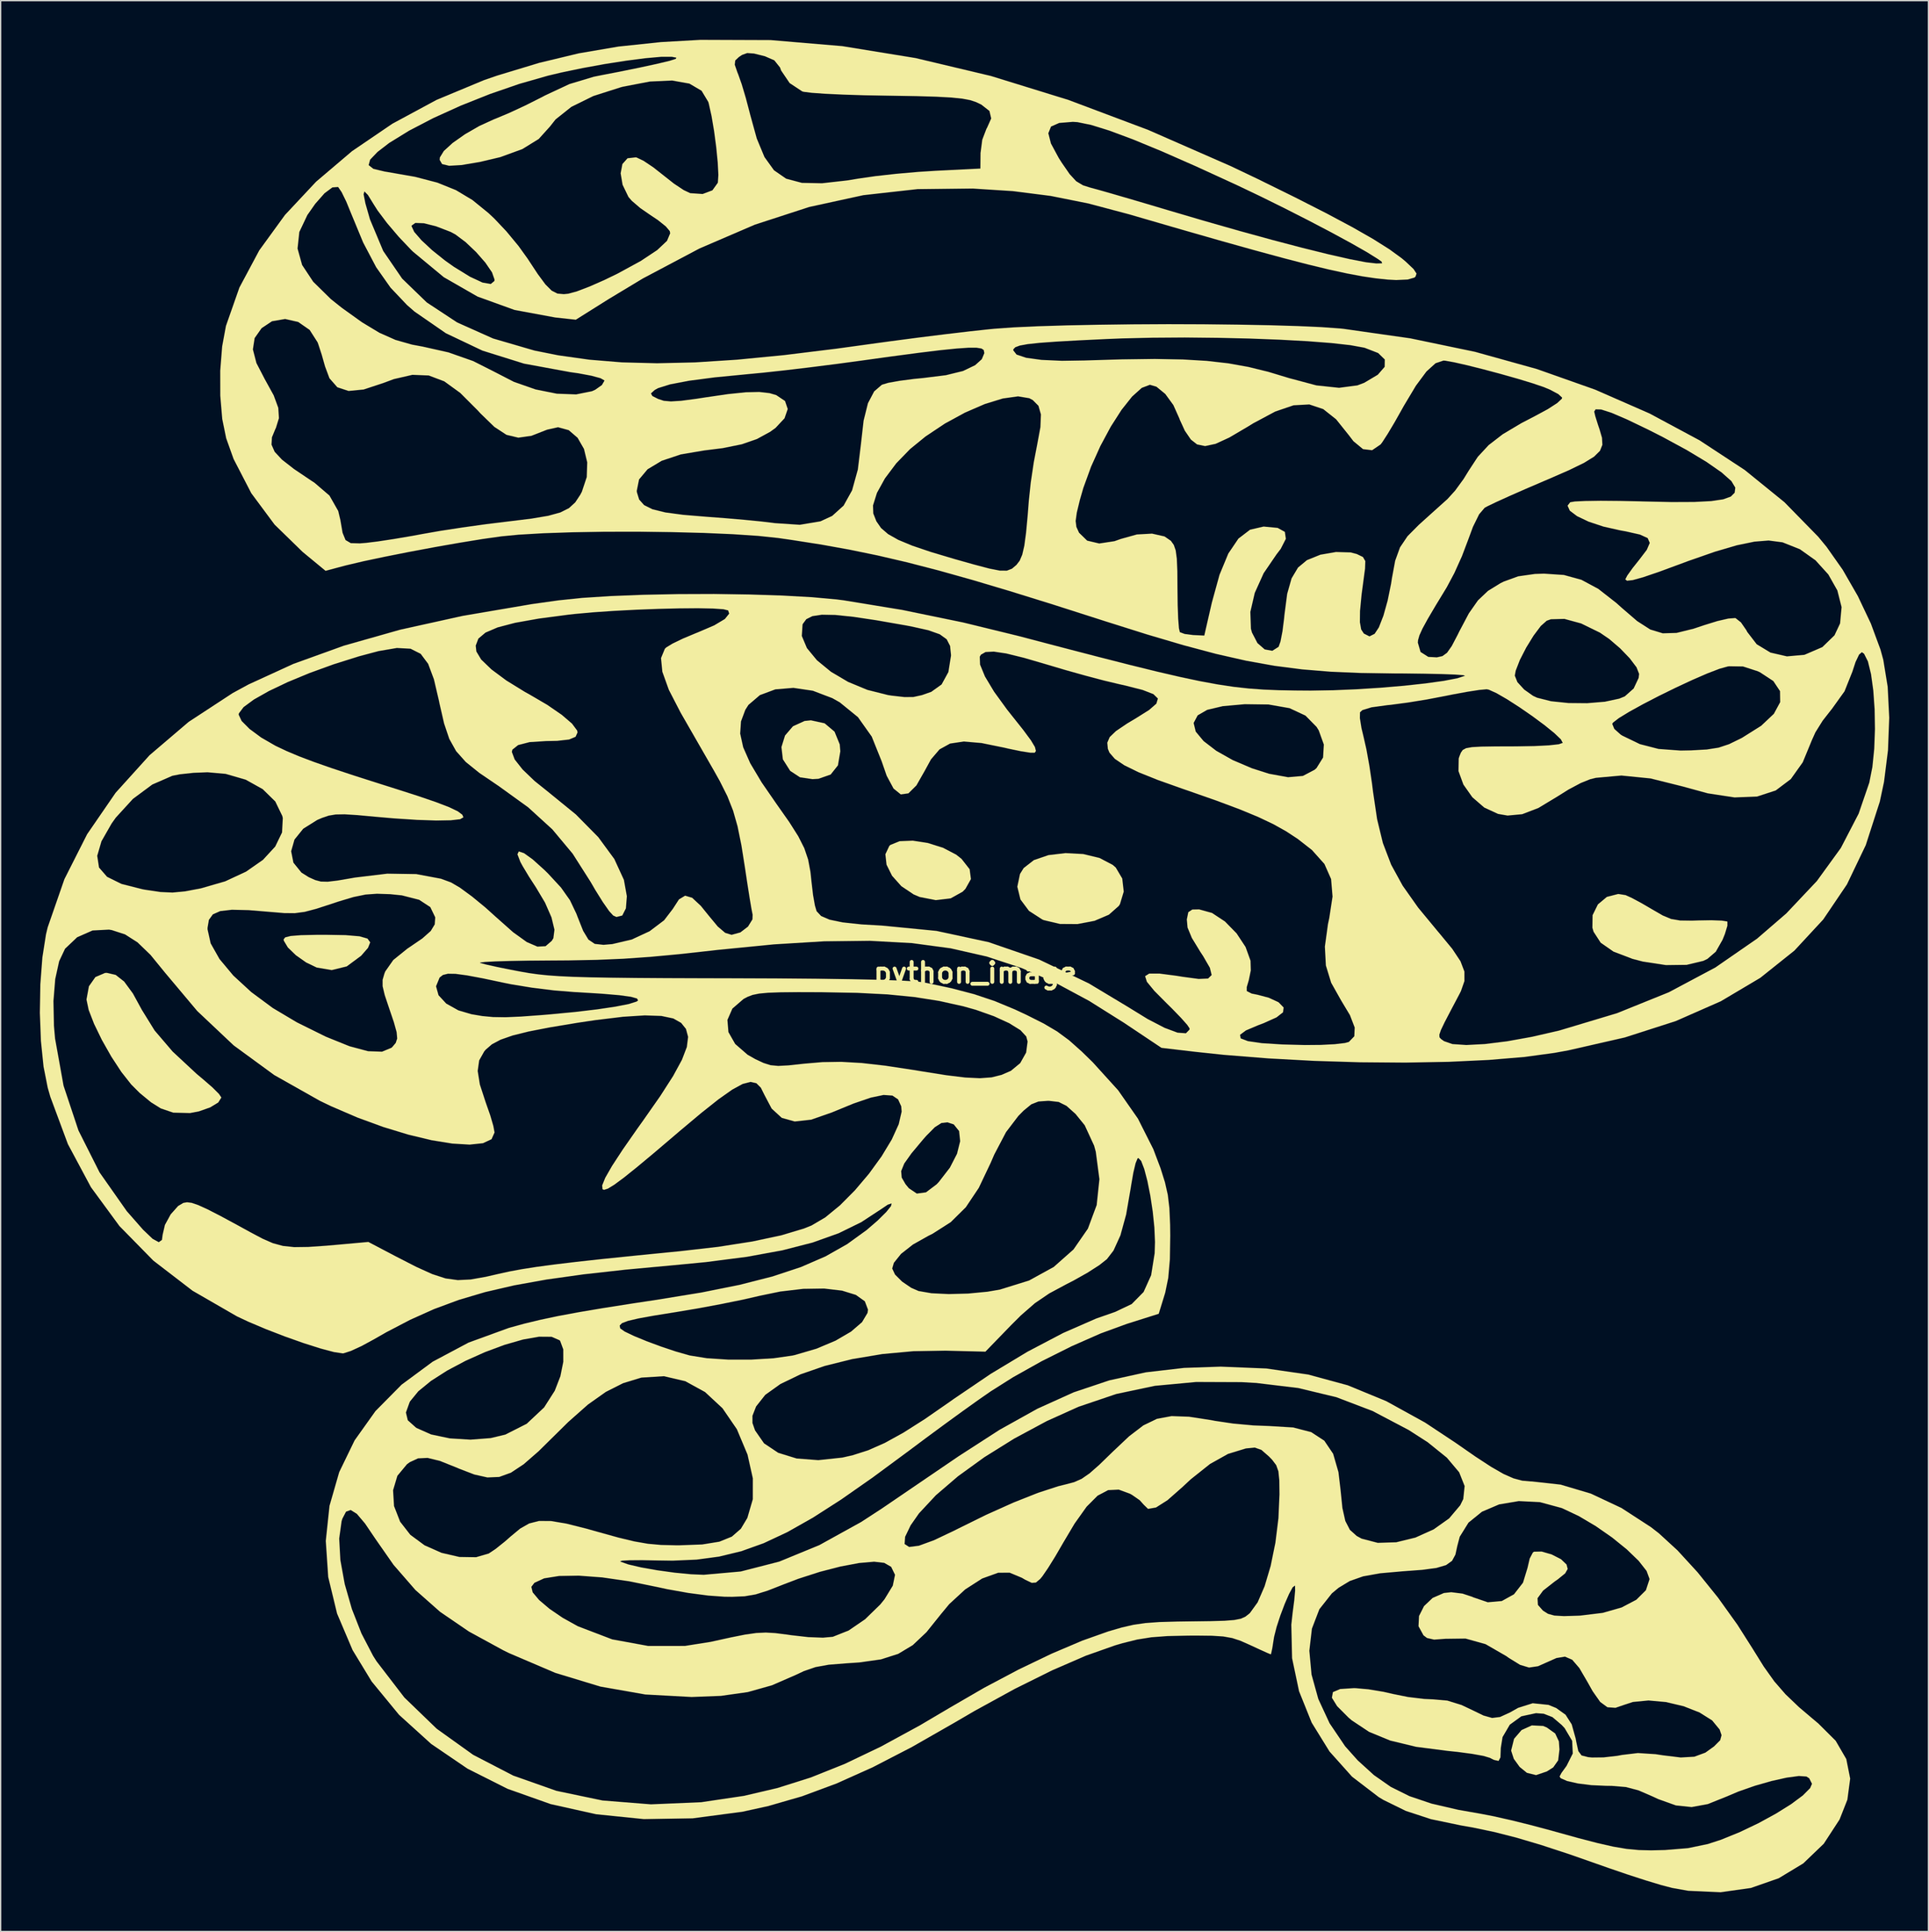
<source format=kicad_pcb>
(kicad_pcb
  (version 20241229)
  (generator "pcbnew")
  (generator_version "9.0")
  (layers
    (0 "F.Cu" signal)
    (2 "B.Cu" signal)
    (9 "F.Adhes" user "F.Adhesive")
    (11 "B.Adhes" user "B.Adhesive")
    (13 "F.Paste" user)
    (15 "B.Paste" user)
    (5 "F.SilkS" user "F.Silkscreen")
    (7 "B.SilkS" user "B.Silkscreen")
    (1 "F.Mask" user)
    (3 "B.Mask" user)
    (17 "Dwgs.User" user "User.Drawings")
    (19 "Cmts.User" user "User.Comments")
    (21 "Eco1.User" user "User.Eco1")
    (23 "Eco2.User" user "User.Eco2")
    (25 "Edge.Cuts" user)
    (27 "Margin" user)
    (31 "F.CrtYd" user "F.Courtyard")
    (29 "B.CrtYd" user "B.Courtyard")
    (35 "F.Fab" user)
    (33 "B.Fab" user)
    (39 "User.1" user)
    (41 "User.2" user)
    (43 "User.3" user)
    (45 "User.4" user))
  (footprint "python_image"
    (layer "F.Cu")
    (at 71.568 71.358)
    (property "Reference" "python_image" (at 0 0 0) (layer "F.SilkS") (effects (font (size 1.524 1.524) (thickness 0.3))))
    (attr board_only exclude_from_pos_files exclude_from_bom)
    (fp_poly (pts (xy -11.521 -19.086) (xy -10.763 -18.449) (xy -10.364 -17.475) (xy -10.319 -16.945) (xy -10.503 -15.869) (xy -11.058 -15.17) (xy -11.988 -14.844) (xy -12.447 -14.817) (xy -13.407 -14.957) (xy -14.14 -15.439) (xy -14.167 -15.466) (xy -14.715 -16.329) (xy -14.825 -17.267) (xy -14.551 -18.152) (xy -13.943 -18.861) (xy -13.055 -19.265) (xy -12.568 -19.315)) (stroke (width 0) (type solid)) (fill yes) (layer "F.SilkS"))
    (fp_poly (pts (xy 43.455 57.598) (xy 43.728 57.712) (xy 44.378 58.173) (xy 44.661 58.775) (xy 44.706 59.399) (xy 44.607 60.23) (xy 44.229 60.768) (xy 43.74 61.079) (xy 42.918 61.358) (xy 42.217 61.186) (xy 41.66 60.734) (xy 41.211 60.113) (xy 41.011 59.497) (xy 41.01 59.47) (xy 41.232 58.581) (xy 41.806 57.913) (xy 42.593 57.556)) (stroke (width 0) (type solid)) (fill yes) (layer "F.SilkS"))
    (fp_poly (pts (xy -48.179 -2.886) (xy -47.112 -2.797) (xy -46.496 -2.62) (xy -46.291 -2.333) (xy -46.459 -1.913) (xy -46.96 -1.337) (xy -46.999 -1.298) (xy -48.085 -0.495) (xy -49.236 -0.212) (xy -50.387 -0.408) (xy -51.193 -0.795) (xy -51.975 -1.346) (xy -52.591 -1.941) (xy -52.903 -2.462) (xy -52.917 -2.563) (xy -52.793 -2.717) (xy -52.375 -2.821) (xy -51.595 -2.882) (xy -50.384 -2.908) (xy -49.733 -2.91)) (stroke (width 0) (type solid)) (fill yes) (layer "F.SilkS"))
    (fp_poly (pts (xy -3.619 -9.932) (xy -2.463 -9.567) (xy -1.458 -9.044) (xy -1.046 -8.719) (xy -0.425 -7.926) (xy -0.326 -7.173) (xy -0.749 -6.423) (xy -0.965 -6.205) (xy -1.876 -5.698) (xy -3.021 -5.562) (xy -4.248 -5.803) (xy -4.704 -5.996) (xy -5.65 -6.629) (xy -6.36 -7.424) (xy -6.785 -8.275) (xy -6.872 -9.072) (xy -6.571 -9.709) (xy -6.49 -9.783) (xy -5.784 -10.07) (xy -4.776 -10.11)) (stroke (width 0) (type solid)) (fill yes) (layer "F.SilkS"))
    (fp_poly (pts (xy 8.264 -9.088) (xy 9.515 -8.787) (xy 10.522 -8.258) (xy 10.756 -8.054) (xy 11.252 -7.217) (xy 11.366 -6.214) (xy 11.079 -5.262) (xy 10.989 -5.12) (xy 10.232 -4.45) (xy 9.128 -3.979) (xy 7.83 -3.733) (xy 6.491 -3.74) (xy 5.266 -4.027) (xy 5.137 -4.08) (xy 4.115 -4.741) (xy 3.464 -5.612) (xy 3.223 -6.589) (xy 3.429 -7.565) (xy 3.709 -8.016) (xy 4.491 -8.624) (xy 5.607 -9.005) (xy 6.913 -9.16)) (stroke (width 0) (type solid)) (fill yes) (layer "F.SilkS"))
    (fp_poly (pts (xy -65.765 0.157) (xy -65.118 0.665) (xy -64.447 1.58) (xy -63.76 2.836) (xy -62.787 4.408) (xy -61.406 6.022) (xy -59.573 7.726) (xy -59.066 8.151) (xy -58.367 8.758) (xy -57.868 9.255) (xy -57.679 9.534) (xy -57.918 9.914) (xy -58.538 10.291) (xy -59.396 10.593) (xy -60.078 10.723) (xy -61.359 10.692) (xy -62.315 10.367) (xy -63.066 9.897) (xy -63.933 9.182) (xy -64.577 8.537) (xy -65.332 7.579) (xy -66.102 6.403) (xy -66.82 5.136) (xy -67.419 3.904) (xy -67.834 2.834) (xy -67.998 2.052) (xy -67.998 2.023) (xy -67.815 1.027) (xy -67.318 0.321) (xy -66.585 0.007) (xy -66.442 0)) (stroke (width 0) (type solid)) (fill yes) (layer "F.SilkS"))
    (fp_poly (pts (xy 49.759 -5.948) (xy 50.238 -5.732) (xy 50.994 -5.326) (xy 51.787 -4.863) (xy 52.608 -4.389) (xy 53.255 -4.119) (xy 53.933 -4.004) (xy 54.847 -3.994) (xy 55.351 -4.01) (xy 56.342 -4.024) (xy 57.115 -3.996) (xy 57.529 -3.932) (xy 57.556 -3.915) (xy 57.554 -3.599) (xy 57.365 -2.974) (xy 57.183 -2.527) (xy 56.667 -1.618) (xy 56.029 -1.07) (xy 55.714 -0.917) (xy 54.436 -0.611) (xy 52.85 -0.594) (xy 51.092 -0.862) (xy 50.298 -1.069) (xy 48.84 -1.625) (xy 47.86 -2.306) (xy 47.315 -3.145) (xy 47.225 -3.453) (xy 47.24 -4.413) (xy 47.647 -5.236) (xy 48.336 -5.812) (xy 49.197 -6.033)) (stroke (width 0) (type solid)) (fill yes) (layer "F.SilkS"))
    (fp_poly (pts (xy -15.659 -71.342) (xy -10.174 -70.88) (xy -4.561 -69.967) (xy 1.199 -68.598) (xy 7.125 -66.768) (xy 13.235 -64.472) (xy 19.55 -61.705) (xy 21.643 -60.708) (xy 24.488 -59.307) (xy 26.88 -58.09) (xy 28.855 -57.036) (xy 30.449 -56.126) (xy 31.697 -55.339) (xy 32.635 -54.656) (xy 32.944 -54.396) (xy 33.541 -53.831) (xy 33.77 -53.483) (xy 33.689 -53.247) (xy 33.602 -53.175) (xy 33.092 -53.028) (xy 32.209 -52.989) (xy 31.569 -53.023) (xy 30.646 -53.12) (xy 29.62 -53.273) (xy 28.447 -53.493) (xy 27.082 -53.79) (xy 25.483 -54.176) (xy 23.606 -54.662) (xy 21.406 -55.259) (xy 18.84 -55.977) (xy 15.863 -56.829) (xy 12.434 -57.825) (xy 11.774 -58.017) (xy 8.668 -58.843) (xy 5.779 -59.422) (xy 2.875 -59.791) (xy -0.175 -59.986) (xy -4.402 -59.945) (xy -8.563 -59.479) (xy -12.703 -58.576) (xy -16.865 -57.222) (xy -21.093 -55.404) (xy -25.43 -53.109) (xy -28.046 -51.533) (xy -30.559 -49.955) (xy -32.147 -50.128) (xy -35.249 -50.702) (xy -38.077 -51.724) (xy -40.659 -53.206) (xy -43.023 -55.163) (xy -43.156 -55.293) (xy -44.11 -56.298) (xy -44.797 -57.106) (xy -43.127 -57.106) (xy -42.922 -56.67) (xy -42.367 -56.03) (xy -41.555 -55.274) (xy -40.577 -54.49) (xy -39.899 -54.009) (xy -38.655 -53.242) (xy -37.701 -52.797) (xy -37.068 -52.686) (xy -36.788 -52.918) (xy -36.777 -53.025) (xy -36.972 -53.578) (xy -37.481 -54.321) (xy -38.192 -55.133) (xy -38.993 -55.892) (xy -39.772 -56.475) (xy -40.127 -56.667) (xy -41.251 -57.099) (xy -42.184 -57.333) (xy -42.838 -57.356) (xy -43.122 -57.156) (xy -43.127 -57.106) (xy -44.797 -57.106) (xy -45.012 -57.359) (xy -45.729 -58.314) (xy -45.998 -58.737) (xy -46.467 -59.496) (xy -46.733 -59.767) (xy -46.797 -59.551) (xy -46.657 -58.846) (xy -46.316 -57.653) (xy -46.306 -57.622) (xy -45.296 -55.214) (xy -43.847 -53.098) (xy -41.961 -51.275) (xy -39.641 -49.748) (xy -36.892 -48.52) (xy -33.717 -47.594) (xy -31.908 -47.233) (xy -29.525 -46.897) (xy -27.026 -46.693) (xy -24.349 -46.624) (xy -21.435 -46.691) (xy -18.222 -46.897) (xy -14.651 -47.244) (xy -10.66 -47.734) (xy -8.599 -48.017) (xy -6.551 -48.299) (xy -4.425 -48.578) (xy -2.359 -48.836) (xy -0.492 -49.056) (xy 1.037 -49.222) (xy 1.455 -49.263) (xy 2.917 -49.368) (xy 4.795 -49.455) (xy 7.003 -49.522) (xy 9.458 -49.571) (xy 12.076 -49.601) (xy 14.773 -49.613) (xy 17.465 -49.605) (xy 20.069 -49.579) (xy 22.499 -49.534) (xy 24.673 -49.47) (xy 26.506 -49.387) (xy 27.914 -49.286) (xy 28.178 -49.259) (xy 33.302 -48.529) (xy 38.246 -47.499) (xy 42.97 -46.185) (xy 47.435 -44.607) (xy 51.602 -42.782) (xy 55.431 -40.727) (xy 58.883 -38.461) (xy 61.918 -36) (xy 64.498 -33.364) (xy 65.143 -32.584) (xy 66.377 -30.832) (xy 67.536 -28.819) (xy 68.53 -26.725) (xy 69.267 -24.732) (xy 69.484 -23.945) (xy 69.82 -21.878) (xy 69.938 -19.511) (xy 69.843 -17.027) (xy 69.54 -14.607) (xy 69.218 -13.097) (xy 68.143 -9.769) (xy 66.704 -6.767) (xy 64.888 -4.082) (xy 62.683 -1.703) (xy 60.075 0.379) (xy 57.051 2.173) (xy 53.6 3.69) (xy 49.709 4.94) (xy 45.365 5.932) (xy 44.318 6.121) (xy 42.027 6.433) (xy 39.305 6.66) (xy 36.242 6.804) (xy 32.931 6.863) (xy 29.463 6.84) (xy 25.928 6.732) (xy 22.418 6.542) (xy 19.024 6.27) (xy 16.85 6.04) (xy 14.253 5.735) (xy 11.379 3.815) (xy 8.722 2.146) (xy 6.129 0.753) (xy 3.539 -0.375) (xy 0.889 -1.248) (xy -1.882 -1.878) (xy -4.837 -2.275) (xy -8.037 -2.45) (xy -11.544 -2.414) (xy -15.421 -2.178) (xy -19.729 -1.753) (xy -20.108 -1.709) (xy -22.672 -1.427) (xy -24.884 -1.221) (xy -26.917 -1.08) (xy -28.941 -0.995) (xy -31.128 -0.953) (xy -32.471 -0.946) (xy -34.137 -0.935) (xy -35.578 -0.911) (xy -36.728 -0.876) (xy -37.519 -0.834) (xy -37.883 -0.786) (xy -37.881 -0.759) (xy -37.429 -0.638) (xy -36.594 -0.453) (xy -35.513 -0.234) (xy -34.779 -0.094) (xy -34.128 0.019) (xy -33.451 0.113) (xy -32.697 0.191) (xy -31.814 0.254) (xy -30.75 0.304) (xy -29.452 0.342) (xy -27.868 0.37) (xy -25.946 0.39) (xy -23.633 0.403) (xy -20.879 0.411) (xy -18.785 0.415) (xy -15.224 0.426) (xy -12.12 0.449) (xy -9.485 0.484) (xy -7.331 0.531) (xy -5.671 0.589) (xy -4.516 0.658) (xy -3.92 0.729) (xy -1.818 1.176) (xy -0.072 1.634) (xy 1.489 2.156) (xy 3.034 2.797) (xy 3.94 3.22) (xy 5.248 3.878) (xy 6.274 4.484) (xy 7.187 5.157) (xy 8.156 6.02) (xy 8.993 6.836) (xy 10.937 8.979) (xy 12.452 11.148) (xy 13.628 13.48) (xy 14.184 14.949) (xy 14.521 16.02) (xy 14.737 16.976) (xy 14.86 17.998) (xy 14.915 19.268) (xy 14.925 20.108) (xy 14.896 21.92) (xy 14.772 23.327) (xy 14.543 24.446) (xy 14.494 24.613) (xy 14.042 26.076) (xy 11.585 26.853) (xy 9.603 27.578) (xy 7.381 28.556) (xy 5.085 29.703) (xy 2.884 30.936) (xy 1.191 32.006) (xy 0.281 32.637) (xy -0.935 33.505) (xy -2.343 34.528) (xy -3.828 35.622) (xy -5.085 36.561) (xy -7.837 38.591) (xy -10.263 40.287) (xy -12.423 41.672) (xy -14.376 42.775) (xy -16.182 43.621) (xy -17.901 44.236) (xy -19.594 44.646) (xy -21.319 44.877) (xy -23.138 44.956) (xy -24.294 44.942) (xy -25.485 44.919) (xy -26.422 44.925) (xy -27.015 44.958) (xy -27.175 45.016) (xy -27.167 45.021) (xy -26.555 45.242) (xy -25.56 45.474) (xy -24.33 45.692) (xy -23.01 45.874) (xy -21.747 45.997) (xy -20.767 46.037) (xy -17.941 45.786) (xy -14.996 45.03) (xy -11.925 43.768) (xy -11.771 43.683) (xy -5.402 43.683) (xy -5.054 43.91) (xy -4.309 43.815) (xy -3.161 43.397) (xy -1.6 42.657) (xy -1.433 42.571) (xy 0.822 41.459) (xy 2.93 40.513) (xy 4.805 39.77) (xy 6.359 39.263) (xy 6.914 39.126) (xy 7.571 38.953) (xy 8.145 38.698) (xy 8.745 38.284) (xy 9.483 37.637) (xy 10.469 36.68) (xy 10.492 36.657) (xy 11.776 35.445) (xy 12.87 34.609) (xy 13.909 34.108) (xy 15.026 33.901) (xy 16.357 33.947) (xy 18.035 34.205) (xy 18.346 34.264) (xy 19.723 34.469) (xy 21.264 34.612) (xy 22.508 34.66) (xy 24.326 34.769) (xy 25.709 35.126) (xy 26.711 35.78) (xy 27.388 36.781) (xy 27.793 38.177) (xy 27.952 39.513) (xy 28.097 40.929) (xy 28.321 41.923) (xy 28.67 42.6) (xy 29.189 43.066) (xy 29.568 43.273) (xy 30.802 43.595) (xy 32.218 43.551) (xy 33.686 43.191) (xy 35.078 42.565) (xy 36.264 41.725) (xy 37.114 40.719) (xy 37.345 40.245) (xy 37.45 39.252) (xy 37.032 38.198) (xy 36.09 37.08) (xy 34.624 35.899) (xy 33.171 34.965) (xy 30.411 33.513) (xy 27.637 32.455) (xy 24.714 31.752) (xy 21.512 31.367) (xy 20.373 31.303) (xy 16.901 31.292) (xy 13.751 31.585) (xy 10.795 32.209) (xy 7.904 33.188) (xy 5.469 34.286) (xy 2.985 35.621) (xy 0.701 37.044) (xy -1.319 38.505) (xy -3.008 39.954) (xy -4.301 41.34) (xy -4.941 42.256) (xy -5.362 43.132) (xy -5.402 43.683) (xy -11.771 43.683) (xy -8.723 41.998) (xy -7.144 40.971) (xy -5.958 40.163) (xy -4.506 39.174) (xy -2.958 38.12) (xy -1.486 37.118) (xy -1.261 36.965) (xy 1.863 34.95) (xy 4.766 33.333) (xy 7.538 32.081) (xy 10.271 31.165) (xy 13.055 30.553) (xy 15.98 30.214) (xy 18.785 30.118) (xy 22.28 30.259) (xy 25.486 30.723) (xy 28.507 31.544) (xy 31.45 32.756) (xy 34.419 34.393) (xy 36.749 35.936) (xy 38.283 37.001) (xy 39.48 37.782) (xy 40.42 38.322) (xy 41.183 38.66) (xy 41.851 38.838) (xy 42.504 38.897) (xy 42.594 38.898) (xy 44.796 39.141) (xy 47.113 39.83) (xy 49.448 40.927) (xy 51.706 42.393) (xy 52.316 42.867) (xy 53.736 44.169) (xy 55.272 45.843) (xy 56.831 47.775) (xy 58.319 49.851) (xy 59.462 51.649) (xy 60.34 53.06) (xy 61.144 54.188) (xy 62.001 55.174) (xy 63.034 56.161) (xy 64.369 57.291) (xy 64.505 57.402) (xy 65.84 58.731) (xy 66.653 60.131) (xy 66.95 61.625) (xy 66.736 63.238) (xy 66.139 64.753) (xy 64.93 66.607) (xy 63.359 68.113) (xy 61.481 69.248) (xy 59.352 69.991) (xy 57.027 70.318) (xy 54.561 70.207) (xy 53.314 69.985) (xy 52.476 69.764) (xy 51.285 69.404) (xy 49.884 68.949) (xy 48.414 68.446) (xy 48.022 68.307) (xy 45.479 67.416) (xy 43.318 66.707) (xy 41.437 66.149) (xy 39.734 65.714) (xy 38.104 65.372) (xy 37.174 65.208) (xy 34.879 64.73) (xy 32.952 64.098) (xy 31.24 63.259) (xy 30.88 63.043) (xy 28.834 61.477) (xy 27.11 59.551) (xy 25.746 57.345) (xy 24.779 54.94) (xy 24.247 52.416) (xy 24.233 51.848) (xy 25.568 51.848) (xy 25.735 53.665) (xy 26.255 55.538) (xy 27.115 57.391) (xy 28.305 59.151) (xy 29.267 60.229) (xy 30.511 61.359) (xy 31.797 62.257) (xy 33.229 62.968) (xy 34.91 63.537) (xy 36.944 64.009) (xy 38.629 64.306) (xy 39.653 64.503) (xy 41.014 64.81) (xy 42.542 65.188) (xy 44.065 65.596) (xy 44.208 65.636) (xy 46.115 66.165) (xy 47.621 66.557) (xy 48.83 66.831) (xy 49.846 67.003) (xy 50.775 67.091) (xy 51.721 67.114) (xy 52.784 67.089) (xy 54.539 66.946) (xy 56.054 66.632) (xy 57.074 66.299) (xy 58.511 65.715) (xy 59.938 65.033) (xy 61.272 64.304) (xy 62.431 63.581) (xy 63.33 62.913) (xy 63.886 62.353) (xy 64.029 62.023) (xy 63.814 61.601) (xy 63.602 61.467) (xy 63.025 61.426) (xy 62.087 61.553) (xy 60.918 61.814) (xy 59.646 62.179) (xy 58.402 62.614) (xy 57.511 62.992) (xy 56.058 63.575) (xy 54.819 63.803) (xy 53.615 63.677) (xy 52.27 63.196) (xy 51.858 63.004) (xy 50.749 62.524) (xy 49.794 62.272) (xy 48.711 62.182) (xy 48.26 62.177) (xy 47.15 62.128) (xy 46.12 61.998) (xy 45.295 61.812) (xy 44.8 61.596) (xy 44.715 61.465) (xy 44.861 61.188) (xy 45.218 60.695) (xy 45.244 60.662) (xy 45.724 59.706) (xy 45.677 58.738) (xy 45.102 57.766) (xy 44.873 57.52) (xy 44.17 56.924) (xy 43.501 56.664) (xy 42.909 56.621) (xy 41.794 56.859) (xy 40.907 57.502) (xy 40.352 58.449) (xy 40.217 59.287) (xy 40.19 60.003) (xy 40.045 60.276) (xy 39.686 60.193) (xy 39.38 60.038) (xy 38.896 59.892) (xy 38.025 59.734) (xy 36.912 59.586) (xy 36.157 59.508) (xy 33.738 59.195) (xy 31.757 58.717) (xy 30.139 58.051) (xy 28.811 57.17) (xy 28.562 56.956) (xy 27.692 56.084) (xy 27.293 55.442) (xy 27.371 55.012) (xy 27.93 54.773) (xy 28.974 54.706) (xy 29.117 54.709) (xy 30.091 54.796) (xy 31.251 54.99) (xy 31.954 55.15) (xy 33.117 55.384) (xy 34.353 55.534) (xy 34.992 55.562) (xy 36.124 55.659) (xy 37.211 55.996) (xy 38.006 56.371) (xy 38.899 56.804) (xy 39.553 56.987) (xy 40.16 56.913) (xy 40.906 56.574) (xy 41.54 56.216) (xy 42.658 55.862) (xy 43.865 55.987) (xy 44.455 56.227) (xy 45.172 56.74) (xy 45.642 57.475) (xy 45.949 58.571) (xy 45.993 58.816) (xy 46.147 59.519) (xy 46.396 59.855) (xy 46.898 59.984) (xy 47.19 60.012) (xy 48.08 60.004) (xy 49.127 59.885) (xy 49.504 59.815) (xy 50.707 59.671) (xy 52.059 59.758) (xy 52.598 59.841) (xy 53.983 60.011) (xy 55.025 59.952) (xy 55.87 59.64) (xy 56.533 59.164) (xy 57.003 58.693) (xy 57.108 58.305) (xy 56.961 57.871) (xy 56.387 57.175) (xy 55.422 56.568) (xy 54.199 56.089) (xy 52.853 55.771) (xy 51.517 55.651) (xy 50.327 55.765) (xy 49.766 55.948) (xy 48.991 56.212) (xy 48.375 56.168) (xy 47.823 55.763) (xy 47.246 54.943) (xy 46.861 54.256) (xy 46.228 53.172) (xy 45.681 52.536) (xy 45.126 52.297) (xy 44.473 52.405) (xy 43.935 52.645) (xy 43.065 53.031) (xy 42.377 53.131) (xy 41.69 52.925) (xy 40.825 52.391) (xy 40.627 52.251) (xy 39.054 51.344) (xy 37.524 50.916) (xy 35.986 50.932) (xy 35.115 50.996) (xy 34.571 50.871) (xy 34.302 50.668) (xy 33.921 49.973) (xy 33.959 49.191) (xy 34.343 48.432) (xy 35.002 47.808) (xy 35.864 47.431) (xy 36.426 47.37) (xy 37.29 47.477) (xy 38.043 47.726) (xy 38.1 47.757) (xy 39.221 48.139) (xy 40.295 48.045) (xy 41.226 47.529) (xy 41.916 46.642) (xy 42.26 45.515) (xy 42.428 44.797) (xy 42.67 44.335) (xy 42.757 44.271) (xy 43.342 44.259) (xy 44.11 44.482) (xy 44.825 44.846) (xy 45.248 45.251) (xy 45.336 45.59) (xy 45.144 45.927) (xy 44.592 46.376) (xy 44.351 46.544) (xy 43.452 47.249) (xy 43.028 47.83) (xy 43.057 48.34) (xy 43.441 48.776) (xy 43.827 49.022) (xy 44.317 49.156) (xy 45.047 49.198) (xy 46.153 49.165) (xy 46.301 49.158) (xy 48.014 48.951) (xy 49.464 48.536) (xy 50.587 47.947) (xy 51.319 47.22) (xy 51.593 46.388) (xy 51.594 46.347) (xy 51.372 45.743) (xy 50.764 44.968) (xy 49.856 44.093) (xy 48.733 43.184) (xy 47.48 42.313) (xy 46.185 41.547) (xy 44.931 40.955) (xy 44.861 40.928) (xy 43.212 40.482) (xy 41.593 40.401) (xy 40.087 40.655) (xy 38.777 41.214) (xy 37.746 42.048) (xy 37.076 43.126) (xy 36.888 43.836) (xy 36.744 44.495) (xy 36.487 44.97) (xy 36.031 45.296) (xy 35.295 45.514) (xy 34.195 45.661) (xy 32.681 45.773) (xy 30.978 45.923) (xy 29.679 46.158) (xy 28.663 46.514) (xy 27.807 47.031) (xy 27.293 47.458) (xy 26.335 48.67) (xy 25.764 50.158) (xy 25.568 51.848) (xy 24.233 51.848) (xy 24.188 49.855) (xy 24.289 48.942) (xy 24.414 47.985) (xy 24.48 47.253) (xy 24.473 46.882) (xy 24.464 46.866) (xy 24.292 46.994) (xy 24.016 47.502) (xy 23.685 48.261) (xy 23.351 49.144) (xy 23.063 50.023) (xy 22.873 50.773) (xy 22.842 50.96) (xy 22.733 51.658) (xy 22.643 52.073) (xy 22.618 52.123) (xy 22.365 52.02) (xy 21.766 51.75) (xy 21 51.395) (xy 20.291 51.082) (xy 19.666 50.876) (xy 18.984 50.755) (xy 18.108 50.699) (xy 16.899 50.688) (xy 16.272 50.691) (xy 14.709 50.725) (xy 13.481 50.816) (xy 12.395 50.99) (xy 11.258 51.273) (xy 10.716 51.432) (xy 8.473 52.224) (xy 5.893 53.343) (xy 3.032 54.762) (xy -0.052 56.453) (xy -1.572 57.34) (xy -4.858 59.218) (xy -7.847 60.762) (xy -10.621 62.005) (xy -13.263 62.984) (xy -15.854 63.731) (xy -17.823 64.163) (xy -21.623 64.665) (xy -25.362 64.722) (xy -28.997 64.353) (xy -32.484 63.576) (xy -35.78 62.408) (xy -38.841 60.869) (xy -41.624 58.975) (xy -44.085 56.746) (xy -46.18 54.198) (xy -47.637 51.802) (xy -48.826 49.006) (xy -49.504 46.209) (xy -49.691 43.448) (xy -49.672 43.266) (xy -48.665 43.266) (xy -48.575 44.909) (xy -48.241 46.747) (xy -47.692 48.66) (xy -46.959 50.529) (xy -46.071 52.234) (xy -45.807 52.652) (xy -43.677 55.424) (xy -41.201 57.813) (xy -38.414 59.807) (xy -35.349 61.395) (xy -32.038 62.563) (xy -28.515 63.3) (xy -24.814 63.594) (xy -20.966 63.433) (xy -17.677 62.943) (xy -15.12 62.343) (xy -12.582 61.541) (xy -9.979 60.5) (xy -7.227 59.185) (xy -4.242 57.56) (xy -1.926 56.193) (xy 0.682 54.681) (xy 3.314 53.288) (xy 5.858 52.067) (xy 8.205 51.07) (xy 10.191 50.366) (xy 11.214 50.069) (xy 12.11 49.862) (xy 13.025 49.729) (xy 14.1 49.652) (xy 15.478 49.614) (xy 16.47 49.602) (xy 17.993 49.585) (xy 19.08 49.554) (xy 19.826 49.496) (xy 20.324 49.397) (xy 20.667 49.245) (xy 20.951 49.025) (xy 21.025 48.957) (xy 21.611 48.145) (xy 22.147 46.909) (xy 22.609 45.355) (xy 22.97 43.587) (xy 23.203 41.709) (xy 23.283 39.883) (xy 23.27 38.816) (xy 23.2 38.124) (xy 23.031 37.65) (xy 22.72 37.239) (xy 22.482 36.993) (xy 21.899 36.485) (xy 21.39 36.307) (xy 20.708 36.374) (xy 19.344 36.793) (xy 17.966 37.563) (xy 16.488 38.739) (xy 15.854 39.33) (xy 14.713 40.333) (xy 13.836 40.89) (xy 13.225 40.997) (xy 12.891 40.672) (xy 12.589 40.335) (xy 12.004 39.929) (xy 11.844 39.839) (xy 10.984 39.523) (xy 10.172 39.562) (xy 9.366 39.987) (xy 8.525 40.83) (xy 7.605 42.122) (xy 6.736 43.584) (xy 6.134 44.621) (xy 5.574 45.522) (xy 5.138 46.157) (xy 4.977 46.352) (xy 4.646 46.631) (xy 4.327 46.655) (xy 3.823 46.414) (xy 3.573 46.268) (xy 2.639 45.877) (xy 1.762 45.88) (xy 0.53 46.324) (xy -0.765 47.157) (xy -1.984 48.278) (xy -2.623 49.05) (xy -3.728 50.426) (xy -4.775 51.416) (xy -5.894 52.088) (xy -7.213 52.508) (xy -8.86 52.741) (xy -9.879 52.81) (xy -11.208 52.915) (xy -12.216 53.097) (xy -13.11 53.405) (xy -13.736 53.699) (xy -15.552 54.489) (xy -17.404 55.01) (xy -19.45 55.298) (xy -21.696 55.384) (xy -25.238 55.193) (xy -28.682 54.587) (xy -32.125 53.541) (xy -35.661 52.031) (xy -36.104 51.814) (xy -38.736 50.378) (xy -40.944 48.87) (xy -42.833 47.2) (xy -43.042 46.959) (xy -33.961 46.959) (xy -33.859 47.381) (xy -33.369 47.965) (xy -32.575 48.638) (xy -31.562 49.329) (xy -30.417 49.965) (xy -30.4 49.974) (xy -27.774 50.977) (xy -25.02 51.481) (xy -22.213 51.479) (xy -20.241 51.168) (xy -18.737 50.836) (xy -17.619 50.613) (xy -16.757 50.49) (xy -16.023 50.455) (xy -15.287 50.498) (xy -14.419 50.608) (xy -14.072 50.658) (xy -12.769 50.805) (xy -11.648 50.847) (xy -10.893 50.78) (xy -9.683 50.299) (xy -8.423 49.438) (xy -7.264 48.309) (xy -6.94 47.91) (xy -6.305 46.87) (xy -6.135 46.037) (xy -6.431 45.428) (xy -6.961 45.126) (xy -7.732 45.037) (xy -8.882 45.137) (xy -10.305 45.404) (xy -11.892 45.814) (xy -13.539 46.345) (xy -14.684 46.782) (xy -15.886 47.253) (xy -16.806 47.539) (xy -17.64 47.682) (xy -18.585 47.722) (xy -19.182 47.716) (xy -20.431 47.627) (xy -21.964 47.425) (xy -23.557 47.14) (xy -24.266 46.986) (xy -26.487 46.533) (xy -28.526 46.239) (xy -30.327 46.104) (xy -31.832 46.127) (xy -32.984 46.31) (xy -33.726 46.651) (xy -33.961 46.959) (xy -43.042 46.959) (xy -44.507 45.276) (xy -45.881 43.307) (xy -46.691 42.111) (xy -47.314 41.376) (xy -47.785 41.082) (xy -48.142 41.211) (xy -48.419 41.743) (xy -48.48 41.936) (xy -48.665 43.266) (xy -49.672 43.266) (xy -49.405 40.761) (xy -49.063 39.573) (xy -44.541 39.573) (xy -44.468 40.781) (xy -44.001 41.979) (xy -43.223 42.978) (xy -42.134 43.781) (xy -40.832 44.359) (xy -39.466 44.675) (xy -38.19 44.692) (xy -37.223 44.412) (xy -36.701 44.064) (xy -35.994 43.5) (xy -35.544 43.106) (xy -34.819 42.505) (xy -34.126 42.111) (xy -33.37 41.92) (xy -32.452 41.926) (xy -31.277 42.124) (xy -29.748 42.509) (xy -28.861 42.758) (xy -27.297 43.192) (xy -26.078 43.486) (xy -25.045 43.665) (xy -24.042 43.755) (xy -22.91 43.782) (xy -22.622 43.782) (xy -20.881 43.717) (xy -19.575 43.507) (xy -18.619 43.118) (xy -17.931 42.518) (xy -17.435 41.692) (xy -17.016 40.257) (xy -17.014 38.661) (xy -17.422 36.841) (xy -18.235 34.905) (xy -18.939 33.878) (xy -17.044 33.878) (xy -17.042 34.429) (xy -16.845 34.993) (xy -16.155 35.986) (xy -15.072 36.708) (xy -13.665 37.142) (xy -12.005 37.27) (xy -10.165 37.073) (xy -9.382 36.896) (xy -8.187 36.514) (xy -6.919 35.954) (xy -5.501 35.173) (xy -3.855 34.128) (xy -1.904 32.776) (xy -1.655 32.598) (xy 1.186 30.672) (xy 4.011 28.971) (xy 6.73 27.544) (xy 9.254 26.44) (xy 10.716 25.929) (xy 11.975 25.331) (xy 12.884 24.409) (xy 13.463 23.125) (xy 13.731 21.444) (xy 13.757 20.586) (xy 13.709 19.465) (xy 13.583 18.248) (xy 13.399 17.033) (xy 13.176 15.919) (xy 12.936 15.003) (xy 12.699 14.385) (xy 12.486 14.162) (xy 12.424 14.193) (xy 12.274 14.556) (xy 12.098 15.294) (xy 11.931 16.26) (xy 11.909 16.41) (xy 11.55 18.48) (xy 11.114 20.074) (xy 10.583 21.239) (xy 10.077 21.897) (xy 9.496 22.355) (xy 8.59 22.936) (xy 7.512 23.541) (xy 6.999 23.803) (xy 5.67 24.516) (xy 4.572 25.262) (xy 3.502 26.193) (xy 2.735 26.957) (xy 0.782 28.972) (xy -2.275 28.897) (xy -4.714 28.935) (xy -7.111 29.156) (xy -9.399 29.538) (xy -11.507 30.062) (xy -13.367 30.706) (xy -14.908 31.45) (xy -16.063 32.275) (xy -16.761 33.158) (xy -16.774 33.186) (xy -17.044 33.878) (xy -18.939 33.878) (xy -19.336 33.299) (xy -20.67 32.061) (xy -22.183 31.231) (xy -23.819 30.849) (xy -25.523 30.955) (xy -25.596 30.971) (xy -26.951 31.388) (xy -28.266 32.052) (xy -29.632 33.019) (xy -31.136 34.35) (xy -32.015 35.217) (xy -33.407 36.589) (xy -34.548 37.583) (xy -35.523 38.228) (xy -36.421 38.555) (xy -37.326 38.592) (xy -38.325 38.368) (xy -39.505 37.915) (xy -39.688 37.835) (xy -40.958 37.328) (xy -41.9 37.097) (xy -42.63 37.132) (xy -43.266 37.427) (xy -43.479 37.583) (xy -44.213 38.468) (xy -44.541 39.573) (xy -49.063 39.573) (xy -48.663 38.185) (xy -47.485 35.757) (xy -45.967 33.627) (xy -43.559 33.627) (xy -43.415 34.22) (xy -42.8 34.771) (xy -42.738 34.812) (xy -41.629 35.304) (xy -40.198 35.605) (xy -38.62 35.702) (xy -37.073 35.583) (xy -35.95 35.314) (xy -34.316 34.487) (xy -32.986 33.239) (xy -32.171 31.963) (xy -31.739 30.851) (xy -31.517 29.747) (xy -31.518 28.799) (xy -31.757 28.151) (xy -31.803 28.099) (xy -32.414 27.834) (xy -33.377 27.828) (xy -34.604 28.045) (xy -36.008 28.449) (xy -37.501 29.004) (xy -38.995 29.672) (xy -40.403 30.419) (xy -41.638 31.208) (xy -42.611 32.003) (xy -43.236 32.767) (xy -43.276 32.84) (xy -43.559 33.627) (xy -45.967 33.627) (xy -45.887 33.515) (xy -43.889 31.496) (xy -41.509 29.738) (xy -38.764 28.278) (xy -35.673 27.153) (xy -35.663 27.15) (xy -35.018 26.973) (xy -27.203 26.973) (xy -27.166 27.176) (xy -27.152 27.2) (xy -26.817 27.435) (xy -26.101 27.777) (xy -25.127 28.177) (xy -24.02 28.587) (xy -22.904 28.96) (xy -21.903 29.246) (xy -21.828 29.265) (xy -20.523 29.475) (xy -18.893 29.581) (xy -17.133 29.581) (xy -15.436 29.478) (xy -13.996 29.273) (xy -13.784 29.226) (xy -12.14 28.743) (xy -10.688 28.132) (xy -9.502 27.441) (xy -8.66 26.717) (xy -8.237 26.007) (xy -8.202 25.758) (xy -8.445 25.119) (xy -9.13 24.631) (xy -10.188 24.304) (xy -11.55 24.146) (xy -13.149 24.166) (xy -14.915 24.373) (xy -16.443 24.689) (xy -17.794 24.997) (xy -19.46 25.336) (xy -21.23 25.665) (xy -22.898 25.946) (xy -22.933 25.951) (xy -24.588 26.217) (xy -25.781 26.434) (xy -26.573 26.62) (xy -27.027 26.794) (xy -27.203 26.973) (xy -35.018 26.973) (xy -34.506 26.832) (xy -33.288 26.538) (xy -31.927 26.25) (xy -30.341 25.955) (xy -28.449 25.636) (xy -26.169 25.278) (xy -24.342 25.002) (xy -20.948 24.448) (xy -18.023 23.861) (xy -15.507 23.22) (xy -13.668 22.611) (xy -6.35 22.611) (xy -6.135 23.073) (xy -5.596 23.611) (xy -4.895 24.089) (xy -4.334 24.333) (xy -3.348 24.504) (xy -2.022 24.568) (xy -0.532 24.528) (xy 0.945 24.386) (xy 1.887 24.225) (xy 4.122 23.531) (xy 6.009 22.494) (xy 7.519 21.158) (xy 8.623 19.565) (xy 9.295 17.759) (xy 9.505 15.783) (xy 9.226 13.679) (xy 9.1 13.218) (xy 8.379 11.655) (xy 7.676 10.789) (xy 6.986 10.173) (xy 6.389 9.875) (xy 5.657 9.79) (xy 5.542 9.79) (xy 4.841 9.84) (xy 4.292 10.055) (xy 3.707 10.534) (xy 3.3 10.946) (xy 2.359 12.182) (xy 1.46 13.894) (xy 1.186 14.528) (xy 0.274 16.446) (xy -0.719 17.928) (xy -1.872 19.067) (xy -3.265 19.956) (xy -3.576 20.11) (xy -4.762 20.777) (xy -5.672 21.491) (xy -6.223 22.177) (xy -6.35 22.611) (xy -13.668 22.611) (xy -13.337 22.502) (xy -11.455 21.686) (xy -9.8 20.75) (xy -8.31 19.673) (xy -7.474 18.953) (xy -6.805 18.291) (xy -6.44 17.835) (xy -6.396 17.631) (xy -6.686 17.727) (xy -7.21 18.081) (xy -8.724 19.072) (xy -10.451 19.917) (xy -12.447 20.629) (xy -14.765 21.224) (xy -17.461 21.717) (xy -20.589 22.121) (xy -23.085 22.361) (xy -26.76 22.701) (xy -29.973 23.06) (xy -32.789 23.454) (xy -35.274 23.901) (xy -37.495 24.416) (xy -39.518 25.016) (xy -41.409 25.717) (xy -43.235 26.536) (xy -45.061 27.489) (xy -46.022 28.037) (xy -46.956 28.544) (xy -47.776 28.92) (xy -48.329 29.098) (xy -48.396 29.104) (xy -49.065 29.003) (xy -50.102 28.727) (xy -51.39 28.317) (xy -52.813 27.813) (xy -54.256 27.256) (xy -55.603 26.687) (xy -56.484 26.274) (xy -59.885 24.312) (xy -62.885 22.008) (xy -65.478 19.366) (xy -67.659 16.393) (xy -69.424 13.096) (xy -70.767 9.48) (xy -70.968 8.778) (xy -71.286 7.171) (xy -71.486 5.21) (xy -71.568 3.056) (xy -71.552 2.155) (xy -70.528 2.155) (xy -70.49 4.049) (xy -70.406 5.015) (xy -69.755 8.631) (xy -68.614 12.056) (xy -66.998 15.264) (xy -64.918 18.225) (xy -63.671 19.645) (xy -62.941 20.342) (xy -62.468 20.599) (xy -62.225 20.425) (xy -62.176 20.042) (xy -61.999 19.277) (xy -61.558 18.471) (xy -60.99 17.832) (xy -60.588 17.594) (xy -60.305 17.546) (xy -59.948 17.591) (xy -59.449 17.761) (xy -58.738 18.085) (xy -57.745 18.594) (xy -56.403 19.319) (xy -55.453 19.841) (xy -54.524 20.333) (xy -53.737 20.676) (xy -52.973 20.884) (xy -52.113 20.975) (xy -51.037 20.963) (xy -49.626 20.867) (xy -48.551 20.772) (xy -46.434 20.58) (xy -44.318 21.691) (xy -42.765 22.487) (xy -41.543 23.04) (xy -40.527 23.37) (xy -39.588 23.5) (xy -38.601 23.451) (xy -37.438 23.245) (xy -36.463 23.021) (xy -35.639 22.839) (xy -34.691 22.664) (xy -33.563 22.488) (xy -32.199 22.305) (xy -30.543 22.107) (xy -28.539 21.887) (xy -26.13 21.639) (xy -23.261 21.355) (xy -22.642 21.295) (xy -19.645 20.952) (xy -17.029 20.542) (xy -14.836 20.074) (xy -13.11 19.557) (xy -12.525 19.323) (xy -11.47 18.702) (xy -10.342 17.778) (xy -9.206 16.635) (xy -8.125 15.359) (xy -7.983 15.163) (xy -5.665 15.163) (xy -5.624 15.657) (xy -5.332 16.16) (xy -5.078 16.47) (xy -4.467 16.882) (xy -3.765 16.786) (xy -2.958 16.178) (xy -2.781 15.992) (xy -1.937 14.9) (xy -1.39 13.835) (xy -1.151 12.876) (xy -1.231 12.101) (xy -1.641 11.59) (xy -2.127 11.432) (xy -2.583 11.484) (xy -3.086 11.803) (xy -3.741 12.463) (xy -3.997 12.754) (xy -4.88 13.81) (xy -5.427 14.58) (xy -5.665 15.163) (xy -7.983 15.163) (xy -7.163 14.034) (xy -6.383 12.744) (xy -5.851 11.576) (xy -5.628 10.612) (xy -5.66 10.206) (xy -5.901 9.676) (xy -6.333 9.385) (xy -7.011 9.339) (xy -7.988 9.542) (xy -9.319 9.999) (xy -10.98 10.681) (xy -12.548 11.228) (xy -13.808 11.368) (xy -14.802 11.089) (xy -15.574 10.381) (xy -16.121 9.346) (xy -16.4 8.784) (xy -16.741 8.442) (xy -17.191 8.34) (xy -17.793 8.496) (xy -18.594 8.932) (xy -19.636 9.667) (xy -20.966 10.722) (xy -22.629 12.116) (xy -22.961 12.4) (xy -24.614 13.805) (xy -25.914 14.887) (xy -26.901 15.677) (xy -27.616 16.204) (xy -28.1 16.5) (xy -28.394 16.595) (xy -28.513 16.554) (xy -28.543 16.258) (xy -28.305 15.669) (xy -27.783 14.76) (xy -26.961 13.504) (xy -25.824 11.875) (xy -25.42 11.311) (xy -24.099 9.424) (xy -23.111 7.885) (xy -22.438 6.649) (xy -22.063 5.668) (xy -21.967 4.896) (xy -22.132 4.286) (xy -22.499 3.827) (xy -22.899 3.601) (xy -18.959 3.601) (xy -18.883 4.528) (xy -18.363 5.44) (xy -17.415 6.262) (xy -16.833 6.593) (xy -16.194 6.892) (xy -15.66 7.062) (xy -15.071 7.118) (xy -14.273 7.075) (xy -13.108 6.948) (xy -11.686 6.826) (xy -10.252 6.805) (xy -8.687 6.894) (xy -6.875 7.1) (xy -4.697 7.43) (xy -4.101 7.529) (xy -2.225 7.827) (xy -0.77 8.004) (xy 0.359 8.059) (xy 1.258 7.992) (xy 2.02 7.802) (xy 2.732 7.492) (xy 3.445 6.903) (xy 3.899 6.094) (xy 4.01 5.251) (xy 3.907 4.865) (xy 3.465 4.385) (xy 2.607 3.853) (xy 1.436 3.317) (xy 0.055 2.828) (xy -0.926 2.553) (xy -2.76 2.147) (xy -4.647 1.849) (xy -6.705 1.647) (xy -9.053 1.528) (xy -11.774 1.481) (xy -13.547 1.476) (xy -14.874 1.487) (xy -15.841 1.521) (xy -16.531 1.585) (xy -17.029 1.686) (xy -17.417 1.833) (xy -17.726 1.998) (xy -18.578 2.733) (xy -18.959 3.601) (xy -22.899 3.601) (xy -23.099 3.487) (xy -24.011 3.296) (xy -25.279 3.253) (xy -26.944 3.358) (xy -29.05 3.613) (xy -30.427 3.818) (xy -32.523 4.166) (xy -34.159 4.483) (xy -35.403 4.793) (xy -36.322 5.114) (xy -36.983 5.467) (xy -37.454 5.874) (xy -37.568 6.01) (xy -37.954 6.697) (xy -38.067 7.502) (xy -37.902 8.534) (xy -37.456 9.901) (xy -37.439 9.947) (xy -37.106 10.899) (xy -36.869 11.71) (xy -36.777 12.206) (xy -36.777 12.208) (xy -37.008 12.723) (xy -37.663 13.029) (xy -38.685 13.137) (xy -40.014 13.057) (xy -41.595 12.8) (xy -43.368 12.375) (xy -45.277 11.794) (xy -47.263 11.068) (xy -49.27 10.205) (xy -50.139 9.788) (xy -53.634 7.816) (xy -56.736 5.549) (xy -59.527 2.917) (xy -61.982 -0.004) (xy -63.105 -1.379) (xy -64.1 -2.337) (xy -65.054 -2.944) (xy -66.055 -3.269) (xy -66.278 -3.307) (xy -67.535 -3.242) (xy -68.714 -2.724) (xy -69.641 -1.844) (xy -70.092 -0.89) (xy -70.392 0.476) (xy -70.528 2.155) (xy -71.552 2.155) (xy -71.531 0.873) (xy -71.375 -1.179) (xy -71.101 -2.937) (xy -71.007 -3.327) (xy -58.737 -3.327) (xy -58.499 -2.256) (xy -57.823 -1.059) (xy -56.768 0.204) (xy -55.389 1.472) (xy -53.747 2.687) (xy -51.898 3.787) (xy -51.868 3.802) (xy -49.685 4.881) (xy -47.885 5.609) (xy -46.457 5.992) (xy -45.387 6.03) (xy -44.665 5.729) (xy -44.601 5.67) (xy -44.34 5.361) (xy -44.227 5.021) (xy -44.27 4.531) (xy -44.48 3.776) (xy -44.849 2.69) (xy -45.183 1.69) (xy -45.341 1.027) (xy -41.254 1.027) (xy -41.064 1.711) (xy -40.475 2.348) (xy -39.547 2.867) (xy -38.547 3.163) (xy -37.715 3.303) (xy -36.884 3.38) (xy -35.933 3.393) (xy -34.741 3.342) (xy -33.186 3.229) (xy -32.544 3.176) (xy -30.608 2.991) (xy -28.912 2.79) (xy -27.52 2.583) (xy -26.496 2.381) (xy -25.905 2.194) (xy -25.793 2.11) (xy -25.875 1.962) (xy -26.341 1.83) (xy -27.225 1.709) (xy -28.564 1.595) (xy -30.391 1.483) (xy -30.692 1.467) (xy -32.231 1.342) (xy -33.931 1.131) (xy -35.5 0.875) (xy -35.983 0.777) (xy -37.655 0.424) (xy -38.889 0.192) (xy -39.762 0.075) (xy -40.35 0.067) (xy -40.728 0.161) (xy -40.973 0.352) (xy -40.984 0.365) (xy -41.254 1.027) (xy -45.341 1.027) (xy -45.342 1.024) (xy -45.343 0.531) (xy -45.203 0.051) (xy -45.137 -0.112) (xy -44.526 -0.983) (xy -43.441 -1.858) (xy -43.349 -1.918) (xy -42.3 -2.634) (xy -41.659 -3.203) (xy -41.355 -3.707) (xy -41.316 -4.225) (xy -41.321 -4.258) (xy -41.693 -5.03) (xy -42.543 -5.587) (xy -43.867 -5.927) (xy -44.763 -6.018) (xy -45.776 -6.051) (xy -46.644 -5.99) (xy -47.557 -5.803) (xy -48.703 -5.46) (xy -49.212 -5.291) (xy -50.414 -4.9) (xy -51.302 -4.666) (xy -52.058 -4.565) (xy -52.864 -4.571) (xy -53.843 -4.653) (xy -55.585 -4.797) (xy -56.872 -4.827) (xy -57.766 -4.725) (xy -58.332 -4.473) (xy -58.634 -4.055) (xy -58.736 -3.453) (xy -58.737 -3.327) (xy -71.007 -3.327) (xy -70.968 -3.486) (xy -69.689 -7.168) (xy -68.787 -8.952) (xy -67.179 -8.952) (xy -67.041 -8.055) (xy -66.426 -7.347) (xy -65.322 -6.802) (xy -63.714 -6.394) (xy -63.5 -6.356) (xy -62.352 -6.184) (xy -61.418 -6.142) (xy -60.458 -6.234) (xy -59.232 -6.466) (xy -57.385 -7.001) (xy -55.788 -7.743) (xy -54.495 -8.645) (xy -53.56 -9.66) (xy -53.037 -10.739) (xy -52.98 -11.834) (xy -53.015 -11.996) (xy -53.554 -13.108) (xy -54.518 -14.052) (xy -55.815 -14.774) (xy -57.355 -15.22) (xy -58.737 -15.342) (xy -59.821 -15.299) (xy -60.847 -15.188) (xy -61.43 -15.073) (xy -62.965 -14.404) (xy -64.448 -13.305) (xy -65.758 -11.872) (xy -66.08 -11.419) (xy -66.854 -10.065) (xy -67.179 -8.952) (xy -68.787 -8.952) (xy -67.95 -10.606) (xy -65.771 -13.774) (xy -63.174 -16.646) (xy -60.181 -19.197) (xy -59.34 -19.747) (xy -56.356 -19.747) (xy -56.131 -19.267) (xy -55.523 -18.656) (xy -54.631 -17.997) (xy -53.557 -17.377) (xy -53.504 -17.35) (xy -52.68 -16.961) (xy -51.742 -16.566) (xy -50.614 -16.139) (xy -49.223 -15.652) (xy -47.496 -15.081) (xy -45.357 -14.398) (xy -44.582 -14.154) (xy -42.693 -13.549) (xy -41.265 -13.062) (xy -40.247 -12.671) (xy -39.59 -12.356) (xy -39.245 -12.096) (xy -39.158 -11.899) (xy -39.411 -11.751) (xy -40.128 -11.669) (xy -41.25 -11.652) (xy -42.716 -11.701) (xy -44.467 -11.815) (xy -45.913 -11.941) (xy -47.277 -12.066) (xy -48.241 -12.126) (xy -48.928 -12.115) (xy -49.465 -12.026) (xy -49.976 -11.852) (xy -50.342 -11.696) (xy -51.414 -11.026) (xy -52.084 -10.197) (xy -52.34 -9.302) (xy -52.167 -8.429) (xy -51.552 -7.669) (xy -50.993 -7.318) (xy -50.506 -7.099) (xy -50.068 -6.983) (xy -49.541 -6.971) (xy -48.789 -7.06) (xy -47.676 -7.25) (xy -47.462 -7.288) (xy -44.99 -7.587) (xy -42.773 -7.556) (xy -40.878 -7.2) (xy -40.106 -6.916) (xy -39.425 -6.517) (xy -38.505 -5.843) (xy -37.476 -4.998) (xy -36.672 -4.274) (xy -35.357 -3.108) (xy -34.312 -2.357) (xy -33.497 -2.006) (xy -32.873 -2.04) (xy -32.401 -2.446) (xy -32.275 -2.653) (xy -32.193 -3.299) (xy -32.419 -4.24) (xy -32.914 -5.371) (xy -33.598 -6.518) (xy -34.145 -7.363) (xy -34.629 -8.169) (xy -34.8 -8.48) (xy -35.026 -9.069) (xy -34.921 -9.289) (xy -34.519 -9.153) (xy -33.856 -8.676) (xy -32.964 -7.873) (xy -32.688 -7.602) (xy -31.692 -6.525) (xy -31.01 -5.561) (xy -30.516 -4.526) (xy -30.43 -4.299) (xy -29.996 -3.209) (xy -29.593 -2.544) (xy -29.111 -2.217) (xy -28.442 -2.144) (xy -27.766 -2.201) (xy -26.281 -2.549) (xy -24.912 -3.184) (xy -23.802 -4.023) (xy -23.135 -4.895) (xy -22.667 -5.618) (xy -22.195 -5.904) (xy -21.657 -5.743) (xy -20.992 -5.123) (xy -20.434 -4.432) (xy -19.699 -3.545) (xy -19.129 -3.06) (xy -18.644 -2.91) (xy -18.634 -2.91) (xy -17.969 -3.093) (xy -17.386 -3.537) (xy -17.044 -4.091) (xy -17.03 -4.445) (xy -17.116 -4.877) (xy -17.257 -5.708) (xy -17.431 -6.815) (xy -17.6 -7.938) (xy -17.889 -9.764) (xy -18.183 -11.207) (xy -18.526 -12.41) (xy -18.965 -13.518) (xy -19.546 -14.674) (xy -20.004 -15.491) (xy -20.716 -16.729) (xy -21.543 -18.168) (xy -21.619 -18.3) (xy -17.982 -18.3) (xy -17.753 -17.255) (xy -17.213 -16.032) (xy -16.338 -14.565) (xy -15.197 -12.912) (xy -14.229 -11.537) (xy -13.541 -10.452) (xy -13.077 -9.536) (xy -12.783 -8.668) (xy -12.606 -7.727) (xy -12.52 -6.926) (xy -12.406 -5.951) (xy -12.264 -5.147) (xy -12.136 -4.718) (xy -11.792 -4.35) (xy -11.144 -4.068) (xy -10.135 -3.858) (xy -8.704 -3.707) (xy -7.144 -3.617) (xy -2.963 -3.209) (xy 1.03 -2.349) (xy 4.896 -1.017) (xy 8.696 0.807) (xy 11.619 2.562) (xy 13.199 3.533) (xy 14.496 4.206) (xy 15.48 4.573) (xy 16.124 4.621) (xy 16.397 4.342) (xy 16.404 4.249) (xy 16.226 3.98) (xy 15.749 3.442) (xy 15.06 2.731) (xy 14.684 2.361) (xy 13.704 1.374) (xy 13.136 0.682) (xy 13 0.253) (xy 13.315 0.055) (xy 14.1 0.055) (xy 15.374 0.22) (xy 15.902 0.305) (xy 17.098 0.465) (xy 17.818 0.435) (xy 18.093 0.166) (xy 17.957 -0.389) (xy 17.443 -1.278) (xy 17.219 -1.619) (xy 16.574 -2.677) (xy 16.248 -3.468) (xy 16.193 -4.085) (xy 16.306 -4.64) (xy 16.614 -4.845) (xy 17.138 -4.855) (xy 18.121 -4.582) (xy 19.109 -3.931) (xy 19.998 -3.024) (xy 20.686 -1.983) (xy 21.068 -0.93) (xy 21.089 -0.186) (xy 20.937 0.549) (xy 20.778 1.088) (xy 20.78 1.392) (xy 21.153 1.584) (xy 21.615 1.677) (xy 22.458 1.9) (xy 23.173 2.229) (xy 23.23 2.266) (xy 23.601 2.649) (xy 23.554 3.017) (xy 23.058 3.404) (xy 22.081 3.844) (xy 21.657 4.004) (xy 20.714 4.404) (xy 20.264 4.738) (xy 20.313 5.01) (xy 20.866 5.222) (xy 21.929 5.377) (xy 23.508 5.476) (xy 25.219 5.519) (xy 26.445 5.51) (xy 27.513 5.456) (xy 28.287 5.366) (xy 28.592 5.282) (xy 29.008 4.85) (xy 29.038 4.18) (xy 28.676 3.237) (xy 27.998 2.108) (xy 27.239 0.758) (xy 26.832 -0.566) (xy 26.756 -2.011) (xy 26.991 -3.72) (xy 27.094 -4.2) (xy 27.343 -5.836) (xy 27.232 -7.177) (xy 26.721 -8.329) (xy 25.767 -9.396) (xy 24.676 -10.247) (xy 23.781 -10.833) (xy 22.798 -11.381) (xy 21.645 -11.927) (xy 20.242 -12.507) (xy 18.507 -13.156) (xy 16.358 -13.91) (xy 15.944 -14.052) (xy 13.985 -14.748) (xy 12.49 -15.348) (xy 11.407 -15.879) (xy 10.685 -16.368) (xy 10.272 -16.844) (xy 10.152 -17.135) (xy 10.107 -17.604) (xy 10.29 -18.031) (xy 10.769 -18.492) (xy 11.613 -19.063) (xy 11.684 -19.106) (xy 16.715 -19.106) (xy 16.875 -18.451) (xy 17.476 -17.728) (xy 18.443 -16.986) (xy 19.703 -16.275) (xy 21.181 -15.645) (xy 22.49 -15.228) (xy 23.938 -14.963) (xy 25.071 -15.061) (xy 25.969 -15.532) (xy 26.115 -15.661) (xy 26.619 -16.47) (xy 26.677 -17.463) (xy 26.288 -18.542) (xy 26.121 -18.812) (xy 25.458 -19.486) (xy 29.435 -19.486) (xy 29.555 -18.727) (xy 29.718 -18.048) (xy 29.934 -17.095) (xy 30.162 -15.83) (xy 30.365 -14.467) (xy 30.436 -13.891) (xy 30.75 -11.761) (xy 31.195 -9.93) (xy 31.828 -8.273) (xy 32.708 -6.669) (xy 33.891 -4.993) (xy 35.436 -3.125) (xy 35.504 -3.046) (xy 36.5 -1.841) (xy 37.132 -0.891) (xy 37.433 -0.1) (xy 37.434 0.629) (xy 37.168 1.392) (xy 37.065 1.597) (xy 36.384 2.887) (xy 35.916 3.785) (xy 35.635 4.372) (xy 35.514 4.727) (xy 35.527 4.931) (xy 35.647 5.063) (xy 35.849 5.205) (xy 35.872 5.222) (xy 36.51 5.446) (xy 37.578 5.518) (xy 39.001 5.445) (xy 40.703 5.233) (xy 42.609 4.89) (xy 44.645 4.422) (xy 44.728 4.4) (xy 49.114 3.083) (xy 53.072 1.485) (xy 56.633 -0.41) (xy 59.826 -2.616) (xy 62.06 -4.543) (xy 64.399 -7.02) (xy 66.235 -9.55) (xy 67.598 -12.177) (xy 68.414 -14.552) (xy 68.649 -15.742) (xy 68.791 -17.139) (xy 68.846 -18.647) (xy 68.82 -20.166) (xy 68.718 -21.6) (xy 68.546 -22.85) (xy 68.309 -23.818) (xy 68.013 -24.406) (xy 67.845 -24.527) (xy 67.632 -24.344) (xy 67.361 -23.774) (xy 67.119 -23.037) (xy 66.518 -21.534) (xy 65.543 -20.174) (xy 65.514 -20.142) (xy 64.842 -19.283) (xy 64.289 -18.397) (xy 64.028 -17.816) (xy 63.321 -16.104) (xy 62.406 -14.819) (xy 61.252 -13.95) (xy 59.829 -13.486) (xy 58.106 -13.417) (xy 56.054 -13.731) (xy 54.141 -14.255) (xy 51.678 -14.87) (xy 49.446 -15.092) (xy 47.495 -14.917) (xy 47.059 -14.811) (xy 46.338 -14.52) (xy 45.405 -14.024) (xy 44.545 -13.486) (xy 43.093 -12.61) (xy 41.855 -12.135) (xy 40.735 -12.032) (xy 40.009 -12.156) (xy 38.951 -12.644) (xy 38.039 -13.433) (xy 37.355 -14.403) (xy 36.98 -15.431) (xy 36.997 -16.396) (xy 37.048 -16.554) (xy 37.163 -16.843) (xy 37.306 -17.048) (xy 37.562 -17.184) (xy 38.012 -17.264) (xy 38.74 -17.305) (xy 39.83 -17.319) (xy 41.363 -17.323) (xy 41.407 -17.323) (xy 42.789 -17.345) (xy 43.898 -17.401) (xy 44.649 -17.484) (xy 44.957 -17.588) (xy 44.958 -17.59) (xy 44.811 -17.864) (xy 44.309 -18.342) (xy 43.549 -18.957) (xy 43.429 -19.045) (xy 48.743 -19.045) (xy 48.901 -18.66) (xy 49.388 -18.224) (xy 49.513 -18.145) (xy 50.858 -17.495) (xy 52.285 -17.126) (xy 53.964 -17.003) (xy 54.769 -17.016) (xy 55.983 -17.084) (xy 56.883 -17.225) (xy 57.683 -17.491) (xy 58.597 -17.936) (xy 58.685 -17.983) (xy 60.139 -18.897) (xy 61.111 -19.813) (xy 61.594 -20.706) (xy 61.582 -21.549) (xy 61.07 -22.319) (xy 60.051 -22.988) (xy 59.876 -23.069) (xy 58.75 -23.434) (xy 57.689 -23.449) (xy 57.583 -23.434) (xy 56.956 -23.26) (xy 56.023 -22.902) (xy 54.879 -22.406) (xy 53.616 -21.818) (xy 52.329 -21.187) (xy 51.111 -20.557) (xy 50.055 -19.975) (xy 49.256 -19.489) (xy 48.807 -19.143) (xy 48.743 -19.045) (xy 43.429 -19.045) (xy 42.628 -19.638) (xy 41.645 -20.317) (xy 40.697 -20.926) (xy 39.882 -21.396) (xy 39.298 -21.659) (xy 39.134 -21.69) (xy 38.579 -21.64) (xy 37.663 -21.499) (xy 36.542 -21.294) (xy 35.948 -21.174) (xy 34.568 -20.911) (xy 33.106 -20.674) (xy 31.823 -20.503) (xy 31.517 -20.472) (xy 30.323 -20.31) (xy 29.625 -20.094) (xy 29.445 -19.926) (xy 29.435 -19.486) (xy 25.458 -19.486) (xy 25.271 -19.676) (xy 24.055 -20.244) (xy 22.441 -20.527) (xy 20.616 -20.547) (xy 18.942 -20.398) (xy 17.754 -20.117) (xy 17.022 -19.694) (xy 16.717 -19.118) (xy 16.715 -19.106) (xy 11.684 -19.106) (xy 12.326 -19.49) (xy 13.306 -20.105) (xy 13.863 -20.59) (xy 13.98 -20.982) (xy 13.635 -21.319) (xy 12.811 -21.638) (xy 11.487 -21.975) (xy 10.98 -22.088) (xy 9.872 -22.353) (xy 8.449 -22.729) (xy 6.899 -23.163) (xy 5.503 -23.578) (xy 3.724 -24.097) (xy 2.383 -24.426) (xy 1.424 -24.571) (xy 0.794 -24.539) (xy 0.438 -24.335) (xy 0.349 -24.181) (xy 0.372 -23.579) (xy 0.748 -22.667) (xy 1.449 -21.499) (xy 2.445 -20.129) (xy 2.777 -19.711) (xy 3.674 -18.583) (xy 4.26 -17.791) (xy 4.571 -17.274) (xy 4.647 -16.971) (xy 4.559 -16.839) (xy 4.223 -16.838) (xy 3.511 -16.948) (xy 2.556 -17.145) (xy 2.244 -17.218) (xy 0.484 -17.578) (xy -0.877 -17.693) (xy -1.921 -17.538) (xy -2.729 -17.092) (xy -3.382 -16.329) (xy -3.85 -15.473) (xy -4.496 -14.338) (xy -5.11 -13.729) (xy -5.694 -13.649) (xy -6.247 -14.097) (xy -6.772 -15.073) (xy -7.153 -16.172) (xy -7.917 -18.072) (xy -8.973 -19.56) (xy -10.365 -20.692) (xy -10.93 -21.01) (xy -12.423 -21.578) (xy -13.911 -21.798) (xy -15.294 -21.682) (xy -16.474 -21.243) (xy -17.35 -20.494) (xy -17.59 -20.117) (xy -17.92 -19.232) (xy -17.982 -18.3) (xy -21.619 -18.3) (xy -22.337 -19.549) (xy -22.547 -19.916) (xy -23.44 -21.645) (xy -23.938 -23.03) (xy -24.039 -24.075) (xy -23.747 -24.786) (xy -23.641 -24.889) (xy -23.16 -25.183) (xy -22.346 -25.575) (xy -21.887 -25.767) (xy -13.267 -25.767) (xy -12.876 -24.84) (xy -12.109 -23.909) (xy -11.035 -23.028) (xy -9.724 -22.254) (xy -8.246 -21.642) (xy -6.671 -21.247) (xy -6.376 -21.202) (xy -5.414 -21.093) (xy -4.73 -21.098) (xy -4.08 -21.241) (xy -3.361 -21.493) (xy -2.571 -22.058) (xy -2.051 -23.008) (xy -1.853 -24.248) (xy -1.852 -24.322) (xy -1.921 -25.005) (xy -2.181 -25.512) (xy -2.71 -25.895) (xy -3.589 -26.206) (xy -4.897 -26.497) (xy -5.292 -26.571) (xy -7.543 -26.965) (xy -9.333 -27.233) (xy -10.714 -27.376) (xy -11.738 -27.392) (xy -12.456 -27.284) (xy -12.922 -27.051) (xy -13.187 -26.693) (xy -13.211 -26.633) (xy -13.267 -25.767) (xy -21.887 -25.767) (xy -21.366 -25.985) (xy -21.252 -26.029) (xy -19.968 -26.579) (xy -19.152 -27.066) (xy -18.824 -27.476) (xy -18.904 -27.721) (xy -19.263 -27.811) (xy -20.062 -27.865) (xy -21.215 -27.887) (xy -22.632 -27.877) (xy -24.228 -27.839) (xy -25.915 -27.775) (xy -27.604 -27.687) (xy -29.21 -27.578) (xy -30.644 -27.449) (xy -31.121 -27.396) (xy -33.409 -27.093) (xy -35.205 -26.773) (xy -36.546 -26.421) (xy -37.47 -26.024) (xy -38.015 -25.565) (xy -38.218 -25.03) (xy -38.17 -24.582) (xy -37.8 -23.965) (xy -37.011 -23.206) (xy -35.876 -22.363) (xy -34.466 -21.494) (xy -34.087 -21.284) (xy -32.735 -20.493) (xy -31.634 -19.735) (xy -30.853 -19.066) (xy -30.46 -18.539) (xy -30.427 -18.389) (xy -30.577 -18.056) (xy -31.072 -17.847) (xy -31.98 -17.745) (xy -32.847 -17.727) (xy -34.097 -17.648) (xy -34.972 -17.423) (xy -35.413 -17.071) (xy -35.454 -16.899) (xy -35.238 -16.325) (xy -34.634 -15.558) (xy -33.711 -14.673) (xy -32.738 -13.894) (xy -30.554 -12.116) (xy -28.841 -10.381) (xy -27.612 -8.707) (xy -26.878 -7.11) (xy -26.654 -5.862) (xy -26.726 -4.933) (xy -27.004 -4.385) (xy -27.448 -4.274) (xy -27.698 -4.385) (xy -28.008 -4.724) (xy -28.49 -5.413) (xy -29.067 -6.338) (xy -29.433 -6.967) (xy -30.802 -9.116) (xy -32.354 -10.974) (xy -34.202 -12.659) (xy -36.459 -14.288) (xy -36.529 -14.334) (xy -37.945 -15.297) (xy -38.98 -16.131) (xy -39.717 -16.958) (xy -40.242 -17.898) (xy -40.638 -19.075) (xy -40.991 -20.608) (xy -41.033 -20.817) (xy -41.416 -22.453) (xy -41.857 -23.635) (xy -42.429 -24.401) (xy -43.203 -24.792) (xy -44.253 -24.848) (xy -45.651 -24.61) (xy -47.15 -24.21) (xy -49.086 -23.601) (xy -50.925 -22.934) (xy -52.6 -22.241) (xy -54.045 -21.553) (xy -55.194 -20.904) (xy -55.981 -20.324) (xy -56.341 -19.846) (xy -56.356 -19.747) (xy -59.34 -19.747) (xy -56.814 -21.4) (xy -55.599 -22.06) (xy -52.176 -23.628) (xy -48.312 -25.022) (xy -43.992 -26.247) (xy -39.201 -27.306) (xy -33.924 -28.204) (xy -31.882 -28.491) (xy -30.078 -28.678) (xy -27.874 -28.819) (xy -25.382 -28.917) (xy -22.712 -28.969) (xy -19.976 -28.977) (xy -17.285 -28.94) (xy -14.75 -28.858) (xy -12.483 -28.732) (xy -10.593 -28.561) (xy -10.054 -28.492) (xy -5.595 -27.761) (xy -0.918 -26.798) (xy 3.307 -25.766) (xy 6.581 -24.906) (xy 9.398 -24.174) (xy 11.814 -23.558) (xy 13.882 -23.049) (xy 15.658 -22.637) (xy 17.195 -22.311) (xy 18.55 -22.061) (xy 19.775 -21.877) (xy 20.927 -21.749) (xy 22.058 -21.666) (xy 23.225 -21.618) (xy 24.482 -21.596) (xy 25.665 -21.589) (xy 27.362 -21.614) (xy 29.184 -21.69) (xy 31.039 -21.809) (xy 32.831 -21.961) (xy 34.466 -22.139) (xy 35.852 -22.332) (xy 36.893 -22.532) (xy 37.485 -22.723) (xy 37.45 -22.734) (xy 41.288 -22.734) (xy 41.488 -22.236) (xy 42.008 -21.667) (xy 42.689 -21.186) (xy 42.995 -21.044) (xy 44.062 -20.775) (xy 45.398 -20.636) (xy 46.828 -20.625) (xy 48.18 -20.738) (xy 49.28 -20.973) (xy 49.702 -21.145) (xy 50.383 -21.748) (xy 50.765 -22.56) (xy 50.8 -22.868) (xy 50.602 -23.371) (xy 50.081 -24.06) (xy 49.35 -24.819) (xy 48.518 -25.532) (xy 47.806 -26.019) (xy 46.364 -26.724) (xy 45.085 -27.072) (xy 44.048 -27.045) (xy 43.732 -26.933) (xy 43.28 -26.533) (xy 42.727 -25.796) (xy 42.162 -24.878) (xy 41.676 -23.933) (xy 41.36 -23.118) (xy 41.288 -22.734) (xy 37.45 -22.734) (xy 37.326 -22.772) (xy 36.709 -22.815) (xy 35.705 -22.853) (xy 34.383 -22.881) (xy 32.814 -22.898) (xy 32.061 -22.901) (xy 29.505 -22.935) (xy 27.183 -23.033) (xy 25.004 -23.212) (xy 22.88 -23.487) (xy 20.721 -23.876) (xy 18.438 -24.394) (xy 15.942 -25.059) (xy 13.144 -25.885) (xy 9.954 -26.891) (xy 9.555 -27.019) (xy 5.897 -28.19) (xy 2.664 -29.194) (xy -0.216 -30.052) (xy -2.813 -30.78) (xy -5.2 -31.397) (xy -7.447 -31.921) (xy -9.627 -32.37) (xy -11.809 -32.762) (xy -14.067 -33.115) (xy -15.081 -33.26) (xy -16.596 -33.421) (xy -18.533 -33.55) (xy -20.784 -33.647) (xy -23.244 -33.71) (xy -25.806 -33.741) (xy -28.363 -33.737) (xy -30.808 -33.698) (xy -33.035 -33.623) (xy -34.937 -33.513) (xy -36.248 -33.386) (xy -37.673 -33.185) (xy -39.414 -32.902) (xy -41.335 -32.565) (xy -43.303 -32.197) (xy -45.181 -31.825) (xy -46.833 -31.475) (xy -48.126 -31.17) (xy -48.336 -31.115) (xy -49.708 -30.749) (xy -51.457 -32.191) (xy -53.606 -34.283) (xy -55.389 -36.684) (xy -56.745 -39.303) (xy -57.312 -40.889) (xy -57.612 -42.358) (xy -57.763 -44.145) (xy -57.766 -46.058) (xy -57.637 -47.685) (xy -55.268 -47.685) (xy -54.997 -46.639) (xy -54.357 -45.406) (xy -53.676 -44.17) (xy -53.324 -43.214) (xy -53.275 -42.424) (xy -53.505 -41.684) (xy -53.551 -41.591) (xy -53.81 -40.96) (xy -53.843 -40.402) (xy -53.603 -39.855) (xy -53.044 -39.254) (xy -52.121 -38.535) (xy -50.785 -37.636) (xy -50.56 -37.491) (xy -49.409 -36.505) (xy -48.739 -35.327) (xy -48.575 -34.638) (xy -48.405 -33.658) (xy -48.177 -33.101) (xy -47.775 -32.866) (xy -47.082 -32.848) (xy -46.593 -32.888) (xy -45.687 -32.999) (xy -44.456 -33.186) (xy -43.094 -33.418) (xy -42.292 -33.566) (xy -40.909 -33.808) (xy -39.212 -34.068) (xy -37.413 -34.318) (xy -35.724 -34.526) (xy -35.677 -34.531) (xy -33.954 -34.742) (xy -32.673 -34.957) (xy -31.745 -35.212) (xy -31.085 -35.543) (xy -30.604 -35.983) (xy -30.216 -36.57) (xy -30.097 -36.796) (xy -30.074 -36.864) (xy -25.896 -36.864) (xy -25.883 -36.753) (xy -25.712 -36.202) (xy -25.337 -35.778) (xy -24.693 -35.457) (xy -23.714 -35.215) (xy -22.334 -35.031) (xy -20.616 -34.888) (xy -19.104 -34.774) (xy -17.648 -34.649) (xy -16.393 -34.526) (xy -15.487 -34.419) (xy -15.346 -34.398) (xy -13.422 -34.27) (xy -11.842 -34.534) (xy -10.945 -34.947) (xy -10.069 -35.737) (xy -10.063 -35.748) (xy -7.82 -35.748) (xy -7.799 -35.14) (xy -7.561 -34.539) (xy -7.204 -34.022) (xy -6.667 -33.559) (xy -5.891 -33.12) (xy -4.816 -32.673) (xy -3.381 -32.188) (xy -1.528 -31.636) (xy -0.132 -31.243) (xy 1.068 -30.925) (xy 1.882 -30.765) (xy 2.426 -30.762) (xy 2.817 -30.914) (xy 3.156 -31.202) (xy 3.406 -31.526) (xy 3.602 -31.989) (xy 3.759 -32.674) (xy 3.893 -33.668) (xy 3.977 -34.563) (xy 7.686 -34.563) (xy 7.742 -34.111) (xy 7.939 -33.678) (xy 7.948 -33.661) (xy 8.567 -33.058) (xy 9.491 -32.84) (xy 10.657 -33.016) (xy 11.143 -33.187) (xy 12.373 -33.531) (xy 13.534 -33.594) (xy 14.485 -33.38) (xy 14.974 -33.044) (xy 15.194 -32.734) (xy 15.34 -32.316) (xy 15.426 -31.683) (xy 15.468 -30.731) (xy 15.478 -29.362) (xy 15.493 -28.125) (xy 15.532 -27.088) (xy 15.589 -26.362) (xy 15.658 -26.059) (xy 16.025 -25.921) (xy 16.664 -25.839) (xy 16.683 -25.838) (xy 17.529 -25.797) (xy 18.106 -28.31) (xy 18.693 -30.442) (xy 19.367 -32.07) (xy 20.142 -33.214) (xy 21.032 -33.894) (xy 22.051 -34.131) (xy 22.107 -34.131) (xy 23.143 -34.033) (xy 23.695 -33.727) (xy 23.771 -33.197) (xy 23.377 -32.427) (xy 23.057 -32.009) (xy 22.07 -30.564) (xy 21.39 -29.058) (xy 21.054 -27.606) (xy 21.098 -26.323) (xy 21.178 -26.028) (xy 21.596 -25.224) (xy 22.152 -24.739) (xy 22.736 -24.633) (xy 23.216 -24.937) (xy 23.329 -25.254) (xy 33.87 -25.254) (xy 34.076 -24.544) (xy 34.668 -24.168) (xy 35.321 -24.131) (xy 35.751 -24.226) (xy 36.102 -24.48) (xy 36.464 -24.995) (xy 36.925 -25.875) (xy 37.042 -26.114) (xy 37.772 -27.494) (xy 38.467 -28.486) (xy 39.235 -29.214) (xy 40.185 -29.799) (xy 40.449 -29.93) (xy 41.549 -30.329) (xy 42.826 -30.51) (xy 43.524 -30.533) (xy 45.043 -30.432) (xy 46.382 -30.065) (xy 47.675 -29.371) (xy 49.058 -28.291) (xy 49.459 -27.931) (xy 50.65 -26.906) (xy 51.652 -26.262) (xy 52.61 -25.97) (xy 53.666 -26) (xy 54.964 -26.321) (xy 55.805 -26.601) (xy 56.788 -26.906) (xy 57.62 -27.097) (xy 58.142 -27.137) (xy 58.185 -27.127) (xy 58.593 -26.806) (xy 59.011 -26.2) (xy 59.077 -26.071) (xy 59.798 -25.134) (xy 60.854 -24.495) (xy 62.11 -24.207) (xy 63.431 -24.323) (xy 63.475 -24.335) (xy 64.821 -24.915) (xy 65.75 -25.817) (xy 66.179 -26.728) (xy 66.293 -27.974) (xy 65.968 -29.251) (xy 65.277 -30.473) (xy 64.298 -31.552) (xy 63.105 -32.4) (xy 61.773 -32.93) (xy 60.711 -33.067) (xy 59.624 -32.981) (xy 58.278 -32.702) (xy 56.609 -32.213) (xy 54.553 -31.496) (xy 53.945 -31.27) (xy 52.309 -30.667) (xy 51.115 -30.261) (xy 50.318 -30.04) (xy 49.875 -29.99) (xy 49.742 -30.096) (xy 49.898 -30.394) (xy 50.307 -30.964) (xy 50.813 -31.6) (xy 51.388 -32.355) (xy 51.616 -32.884) (xy 51.456 -33.252) (xy 50.865 -33.522) (xy 49.803 -33.761) (xy 49.374 -33.839) (xy 48.067 -34.133) (xy 46.938 -34.509) (xy 46.057 -34.928) (xy 45.497 -35.349) (xy 45.325 -35.733) (xy 45.526 -35.994) (xy 45.889 -36.053) (xy 46.693 -36.091) (xy 47.851 -36.106) (xy 49.277 -36.096) (xy 50.882 -36.063) (xy 51.059 -36.057) (xy 53.276 -36.009) (xy 55.013 -36.015) (xy 56.317 -36.082) (xy 57.237 -36.218) (xy 57.819 -36.429) (xy 58.111 -36.722) (xy 58.159 -37.104) (xy 58.157 -37.118) (xy 57.86 -37.613) (xy 57.111 -38.276) (xy 55.955 -39.08) (xy 54.43 -39.996) (xy 52.58 -40.999) (xy 51.473 -41.559) (xy 49.871 -42.328) (xy 48.691 -42.834) (xy 47.902 -43.088) (xy 47.471 -43.1) (xy 47.364 -42.929) (xy 47.447 -42.578) (xy 47.652 -41.923) (xy 47.771 -41.574) (xy 47.961 -40.923) (xy 47.991 -40.39) (xy 47.805 -39.926) (xy 47.352 -39.479) (xy 46.576 -39.001) (xy 45.424 -38.442) (xy 43.843 -37.752) (xy 43.487 -37.601) (xy 42.108 -37.009) (xy 40.867 -36.463) (xy 39.86 -36.006) (xy 39.186 -35.682) (xy 38.985 -35.573) (xy 38.558 -35.072) (xy 38.086 -34.113) (xy 37.717 -33.116) (xy 37.244 -31.867) (xy 36.66 -30.573) (xy 36.09 -29.505) (xy 36.068 -29.467) (xy 35.22 -28.073) (xy 34.617 -27.05) (xy 34.22 -26.322) (xy 33.99 -25.816) (xy 33.887 -25.454) (xy 33.87 -25.254) (xy 23.329 -25.254) (xy 23.361 -25.345) (xy 23.512 -26.128) (xy 23.639 -27.135) (xy 23.662 -27.379) (xy 23.873 -28.992) (xy 24.207 -30.169) (xy 24.701 -30.999) (xy 25.382 -31.565) (xy 26.413 -31.982) (xy 27.608 -32.189) (xy 28.725 -32.157) (xy 29.198 -32.034) (xy 29.667 -31.807) (xy 29.851 -31.494) (xy 29.83 -30.91) (xy 29.79 -30.622) (xy 29.564 -28.929) (xy 29.446 -27.685) (xy 29.436 -26.821) (xy 29.533 -26.267) (xy 29.736 -25.954) (xy 29.738 -25.952) (xy 30.169 -25.735) (xy 30.562 -25.931) (xy 30.888 -26.424) (xy 31.234 -27.314) (xy 31.559 -28.471) (xy 31.822 -29.765) (xy 31.883 -30.163) (xy 32.136 -31.524) (xy 32.504 -32.541) (xy 33.08 -33.397) (xy 33.945 -34.267) (xy 34.788 -35.027) (xy 35.603 -35.76) (xy 36.136 -36.238) (xy 36.719 -36.88) (xy 37.366 -37.767) (xy 37.771 -38.423) (xy 38.457 -39.469) (xy 39.289 -40.365) (xy 40.366 -41.196) (xy 41.791 -42.044) (xy 42.814 -42.576) (xy 43.811 -43.114) (xy 44.53 -43.578) (xy 44.888 -43.91) (xy 44.909 -43.999) (xy 44.618 -44.266) (xy 43.988 -44.602) (xy 43.502 -44.804) (xy 42.638 -45.097) (xy 41.498 -45.443) (xy 40.206 -45.808) (xy 38.885 -46.161) (xy 37.656 -46.469) (xy 36.644 -46.699) (xy 35.97 -46.819) (xy 35.834 -46.83) (xy 35.226 -46.626) (xy 34.529 -45.995) (xy 33.724 -44.911) (xy 32.788 -43.349) (xy 32.665 -43.127) (xy 32.085 -42.099) (xy 31.554 -41.21) (xy 31.152 -40.589) (xy 31.02 -40.415) (xy 30.371 -39.974) (xy 29.676 -40.056) (xy 28.943 -40.661) (xy 28.587 -41.125) (xy 27.616 -42.338) (xy 26.63 -43.119) (xy 25.566 -43.475) (xy 24.362 -43.41) (xy 22.955 -42.93) (xy 21.285 -42.038) (xy 20.83 -41.759) (xy 19.447 -40.945) (xy 18.393 -40.461) (xy 17.593 -40.29) (xy 16.977 -40.417) (xy 16.503 -40.789) (xy 16.039 -41.468) (xy 15.653 -42.309) (xy 15.62 -42.406) (xy 15.162 -43.429) (xy 14.543 -44.278) (xy 13.868 -44.831) (xy 13.369 -44.979) (xy 12.742 -44.74) (xy 12.003 -44.075) (xy 11.198 -43.061) (xy 10.375 -41.777) (xy 9.581 -40.3) (xy 8.864 -38.709) (xy 8.272 -37.082) (xy 8.01 -36.174) (xy 7.774 -35.197) (xy 7.686 -34.563) (xy 3.977 -34.563) (xy 4.022 -35.054) (xy 4.104 -36.116) (xy 4.25 -37.494) (xy 4.481 -39.04) (xy 4.735 -40.362) (xy 4.99 -41.736) (xy 5.03 -42.709) (xy 4.84 -43.371) (xy 4.405 -43.809) (xy 4.139 -43.951) (xy 3.28 -44.093) (xy 2.111 -43.93) (xy 0.726 -43.502) (xy -0.782 -42.849) (xy -2.322 -42.01) (xy -3.799 -41.025) (xy -4.982 -40.062) (xy -6.04 -38.971) (xy -6.904 -37.821) (xy -7.517 -36.712) (xy -7.82 -35.748) (xy -10.063 -35.748) (xy -9.42 -36.905) (xy -8.98 -38.493) (xy -8.742 -40.441) (xy -8.538 -42.238) (xy -8.207 -43.566) (xy -7.731 -44.472) (xy -7.137 -44.983) (xy -6.652 -45.128) (xy -5.783 -45.283) (xy -4.678 -45.427) (xy -4.004 -45.493) (xy -2.241 -45.711) (xy -0.931 -46.032) (xy -0.004 -46.477) (xy 0.505 -46.935) (xy 0.7 -47.4) (xy 0.658 -47.617) (xy 2.91 -47.617) (xy 3.165 -47.29) (xy 3.899 -47.043) (xy 5.068 -46.882) (xy 6.627 -46.813) (xy 8.334 -46.837) (xy 11.266 -46.924) (xy 13.754 -46.952) (xy 15.88 -46.915) (xy 17.727 -46.806) (xy 19.376 -46.618) (xy 20.912 -46.342) (xy 22.416 -45.973) (xy 23.97 -45.504) (xy 24.026 -45.486) (xy 26.109 -44.931) (xy 27.841 -44.747) (xy 29.245 -44.932) (xy 29.768 -45.13) (xy 30.807 -45.748) (xy 31.331 -46.351) (xy 31.34 -46.913) (xy 30.835 -47.405) (xy 29.816 -47.801) (xy 29.739 -47.821) (xy 28.721 -48.006) (xy 27.254 -48.17) (xy 25.42 -48.312) (xy 23.301 -48.427) (xy 20.976 -48.515) (xy 18.527 -48.571) (xy 16.035 -48.593) (xy 13.581 -48.579) (xy 11.246 -48.525) (xy 10.054 -48.478) (xy 7.888 -48.374) (xy 6.195 -48.278) (xy 4.922 -48.185) (xy 4.013 -48.087) (xy 3.414 -47.978) (xy 3.07 -47.851) (xy 2.925 -47.7) (xy 2.91 -47.617) (xy 0.658 -47.617) (xy 0.654 -47.637) (xy 0.483 -47.752) (xy 0.113 -47.812) (xy -0.503 -47.814) (xy -1.411 -47.752) (xy -2.658 -47.625) (xy -4.29 -47.426) (xy -6.355 -47.153) (xy -8.731 -46.824) (xy -10.643 -46.566) (xy -12.634 -46.314) (xy -14.553 -46.086) (xy -16.243 -45.901) (xy -17.463 -45.785) (xy -19.934 -45.545) (xy -21.896 -45.287) (xy -23.344 -45.011) (xy -24.272 -44.719) (xy -24.525 -44.578) (xy -24.809 -44.318) (xy -24.703 -44.12) (xy -24.259 -43.895) (xy -23.828 -43.753) (xy -23.282 -43.705) (xy -22.503 -43.753) (xy -21.377 -43.901) (xy -20.689 -44.007) (xy -18.909 -44.266) (xy -17.551 -44.406) (xy -16.525 -44.429) (xy -15.737 -44.339) (xy -15.224 -44.189) (xy -14.552 -43.74) (xy -14.344 -43.126) (xy -14.589 -42.416) (xy -15.276 -41.68) (xy -15.687 -41.383) (xy -16.698 -40.831) (xy -17.861 -40.427) (xy -19.311 -40.134) (xy -20.724 -39.957) (xy -22.525 -39.653) (xy -23.988 -39.164) (xy -25.067 -38.517) (xy -25.719 -37.741) (xy -25.896 -36.864) (xy -30.074 -36.864) (xy -29.722 -37.921) (xy -29.685 -39.043) (xy -29.935 -40.074) (xy -30.424 -40.925) (xy -31.101 -41.507) (xy -31.917 -41.732) (xy -32.754 -41.545) (xy -33.957 -41.075) (xy -34.957 -40.933) (xy -35.866 -41.151) (xy -36.795 -41.76) (xy -37.856 -42.79) (xy -38.068 -43.021) (xy -39.405 -44.358) (xy -40.621 -45.239) (xy -41.81 -45.69) (xy -43.065 -45.739) (xy -44.481 -45.413) (xy -45.295 -45.111) (xy -46.789 -44.618) (xy -47.946 -44.506) (xy -48.806 -44.788) (xy -49.409 -45.476) (xy -49.746 -46.378) (xy -50 -47.276) (xy -50.267 -48.09) (xy -50.319 -48.229) (xy -50.926 -49.175) (xy -51.797 -49.78) (xy -52.8 -50.011) (xy -53.805 -49.837) (xy -54.6 -49.309) (xy -55.135 -48.549) (xy -55.268 -47.685) (xy -57.637 -47.685) (xy -57.62 -47.908) (xy -57.331 -49.477) (xy -56.299 -52.417) (xy -54.78 -55.259) (xy -54.678 -55.4) (xy -51.851 -55.4) (xy -51.501 -54.141) (xy -50.653 -52.86) (xy -49.298 -51.53) (xy -48.462 -50.864) (xy -46.91 -49.753) (xy -45.589 -48.957) (xy -44.362 -48.412) (xy -43.093 -48.05) (xy -42.262 -47.896) (xy -40.301 -47.455) (xy -38.414 -46.792) (xy -36.882 -46.019) (xy -35.304 -45.206) (xy -33.641 -44.624) (xy -32.012 -44.296) (xy -30.534 -44.242) (xy -29.327 -44.485) (xy -29.074 -44.598) (xy -28.565 -44.955) (xy -28.373 -45.284) (xy -28.379 -45.317) (xy -28.671 -45.483) (xy -29.372 -45.672) (xy -30.366 -45.857) (xy -30.975 -45.944) (xy -34.522 -46.596) (xy -37.703 -47.591) (xy -40.502 -48.921) (xy -42.901 -50.578) (xy -43.479 -51.082) (xy -44.738 -52.411) (xy -45.836 -53.971) (xy -46.833 -55.864) (xy -47.745 -58.066) (xy -48.123 -58.988) (xy -48.476 -59.71) (xy -48.734 -60.089) (xy -48.755 -60.105) (xy -49.183 -60.075) (xy -49.785 -59.628) (xy -50.498 -58.819) (xy -51.102 -57.958) (xy -51.715 -56.663) (xy -51.851 -55.4) (xy -54.678 -55.4) (xy -52.812 -57.968) (xy -50.433 -60.509) (xy -48.937 -61.78) (xy -46.411 -61.78) (xy -46.046 -61.493) (xy -45.181 -61.286) (xy -44.979 -61.254) (xy -42.863 -60.885) (xy -41.154 -60.44) (xy -39.73 -59.865) (xy -38.468 -59.108) (xy -37.247 -58.116) (xy -36.789 -57.686) (xy -35.869 -56.712) (xy -34.944 -55.595) (xy -34.254 -54.636) (xy -33.474 -53.453) (xy -32.885 -52.656) (xy -32.408 -52.179) (xy -31.965 -51.953) (xy -31.477 -51.91) (xy -31.136 -51.943) (xy -30.493 -52.117) (xy -29.524 -52.486) (xy -28.37 -52.993) (xy -27.356 -53.485) (xy -25.588 -54.448) (xy -24.331 -55.281) (xy -23.582 -55.986) (xy -23.339 -56.564) (xy -23.372 -56.734) (xy -23.672 -57.09) (xy -24.283 -57.579) (xy -24.835 -57.947) (xy -25.631 -58.497) (xy -26.276 -59.05) (xy -26.53 -59.343) (xy -26.981 -60.278) (xy -27.129 -61.152) (xy -26.995 -61.861) (xy -26.601 -62.303) (xy -25.969 -62.374) (xy -25.901 -62.359) (xy -25.378 -62.109) (xy -24.631 -61.61) (xy -23.853 -60.997) (xy -23.047 -60.362) (xy -22.305 -59.87) (xy -21.806 -59.634) (xy -20.855 -59.57) (xy -20.108 -59.851) (xy -19.696 -60.426) (xy -19.688 -60.458) (xy -19.651 -61.031) (xy -19.699 -61.974) (xy -19.814 -63.138) (xy -19.978 -64.375) (xy -20.173 -65.535) (xy -20.382 -66.47) (xy -20.423 -66.613) (xy -20.937 -67.467) (xy -21.866 -68.013) (xy -23.189 -68.249) (xy -24.888 -68.172) (xy -26.944 -67.778) (xy -27.099 -67.739) (xy -29.22 -67.062) (xy -30.9 -66.235) (xy -32.108 -65.274) (xy -32.538 -64.73) (xy -33.397 -63.778) (xy -34.65 -63.005) (xy -36.341 -62.389) (xy -37.919 -62.017) (xy -39.312 -61.783) (xy -40.253 -61.729) (xy -40.792 -61.859) (xy -40.977 -62.179) (xy -40.962 -62.365) (xy -40.658 -62.86) (xy -39.978 -63.479) (xy -39.035 -64.142) (xy -37.942 -64.772) (xy -36.812 -65.288) (xy -36.724 -65.321) (xy -35.681 -65.757) (xy -34.417 -66.344) (xy -33.171 -66.97) (xy -32.919 -67.104) (xy -31.048 -67.978) (xy -29.189 -68.537) (xy -28.554 -68.666) (xy -27.18 -68.93) (xy -25.687 -69.235) (xy -24.655 -69.458) (xy -18.397 -69.458) (xy -18.199 -68.882) (xy -18.131 -68.718) (xy -17.866 -67.969) (xy -17.552 -66.917) (xy -17.252 -65.778) (xy -17.225 -65.667) (xy -16.711 -63.809) (xy -16.123 -62.395) (xy -15.396 -61.385) (xy -14.464 -60.741) (xy -13.262 -60.422) (xy -11.724 -60.391) (xy -9.784 -60.609) (xy -8.93 -60.749) (xy -7.651 -60.934) (xy -6.061 -61.112) (xy -4.377 -61.259) (xy -3.043 -61.344) (xy 0.397 -61.516) (xy 0.408 -62.706) (xy 0.54 -63.718) (xy 0.73 -64.216) (xy 5.596 -64.216) (xy 5.797 -63.43) (xy 6.392 -62.327) (xy 6.616 -61.975) (xy 7.229 -61.088) (xy 7.728 -60.547) (xy 8.251 -60.234) (xy 8.798 -60.061) (xy 9.412 -59.895) (xy 10.428 -59.605) (xy 11.74 -59.224) (xy 13.245 -58.781) (xy 14.684 -58.352) (xy 17.527 -57.515) (xy 20.235 -56.743) (xy 22.755 -56.051) (xy 25.035 -55.452) (xy 27.022 -54.96) (xy 28.662 -54.588) (xy 29.903 -54.349) (xy 30.684 -54.258) (xy 31.136 -54.267) (xy 31.096 -54.397) (xy 30.817 -54.596) (xy 29.977 -55.12) (xy 28.749 -55.819) (xy 27.227 -56.645) (xy 25.501 -57.549) (xy 23.665 -58.483) (xy 21.81 -59.399) (xy 20.029 -60.248) (xy 19.976 -60.273) (xy 16.903 -61.682) (xy 14.273 -62.838) (xy 12.069 -63.748) (xy 10.272 -64.417) (xy 8.865 -64.854) (xy 7.831 -65.065) (xy 7.476 -65.088) (xy 6.425 -65.004) (xy 5.802 -64.727) (xy 5.596 -64.216) (xy 0.73 -64.216) (xy 0.862 -64.561) (xy 0.9 -64.622) (xy 1.225 -65.348) (xy 1.09 -65.921) (xy 0.466 -66.409) (xy 0.07 -66.598) (xy -0.377 -66.747) (xy -0.984 -66.862) (xy -1.823 -66.948) (xy -2.967 -67.011) (xy -4.486 -67.056) (xy -6.453 -67.087) (xy -6.747 -67.091) (xy -8.488 -67.121) (xy -10.083 -67.171) (xy -11.443 -67.234) (xy -12.483 -67.306) (xy -13.114 -67.384) (xy -13.229 -67.414) (xy -14.198 -68.054) (xy -14.851 -69.017) (xy -14.933 -69.246) (xy -15.372 -69.794) (xy -16.089 -70.105) (xy -16.923 -70.313) (xy -17.444 -70.35) (xy -17.84 -70.208) (xy -18.085 -70.043) (xy -18.361 -69.783) (xy -18.397 -69.458) (xy -24.655 -69.458) (xy -24.387 -69.516) (xy -24.342 -69.526) (xy -23.391 -69.753) (xy -22.914 -69.903) (xy -22.865 -69.998) (xy -23.197 -70.06) (xy -23.235 -70.064) (xy -24.03 -70.062) (xy -25.224 -69.957) (xy -26.7 -69.766) (xy -28.343 -69.509) (xy -30.037 -69.201) (xy -31.665 -68.862) (xy -32.674 -68.623) (xy -34.871 -67.995) (xy -37.135 -67.214) (xy -39.364 -66.327) (xy -41.459 -65.378) (xy -43.317 -64.412) (xy -44.838 -63.475) (xy -45.733 -62.786) (xy -46.298 -62.195) (xy -46.411 -61.78) (xy -48.937 -61.78) (xy -47.682 -62.846) (xy -44.597 -64.944) (xy -41.216 -66.767) (xy -37.578 -68.281) (xy -36.563 -68.63) (xy -33.356 -69.601) (xy -30.323 -70.33) (xy -27.284 -70.848) (xy -24.061 -71.187) (xy -21.037 -71.358)) (stroke (width 0) (type solid)) (fill yes) (layer "F.SilkS")))
  (gr_rect
    (start -3 -3)
    (end 144.506 144.676)
    (stroke (width 0.1) (type default))
    (fill no)
    (layer "Edge.Cuts")))
</source>
